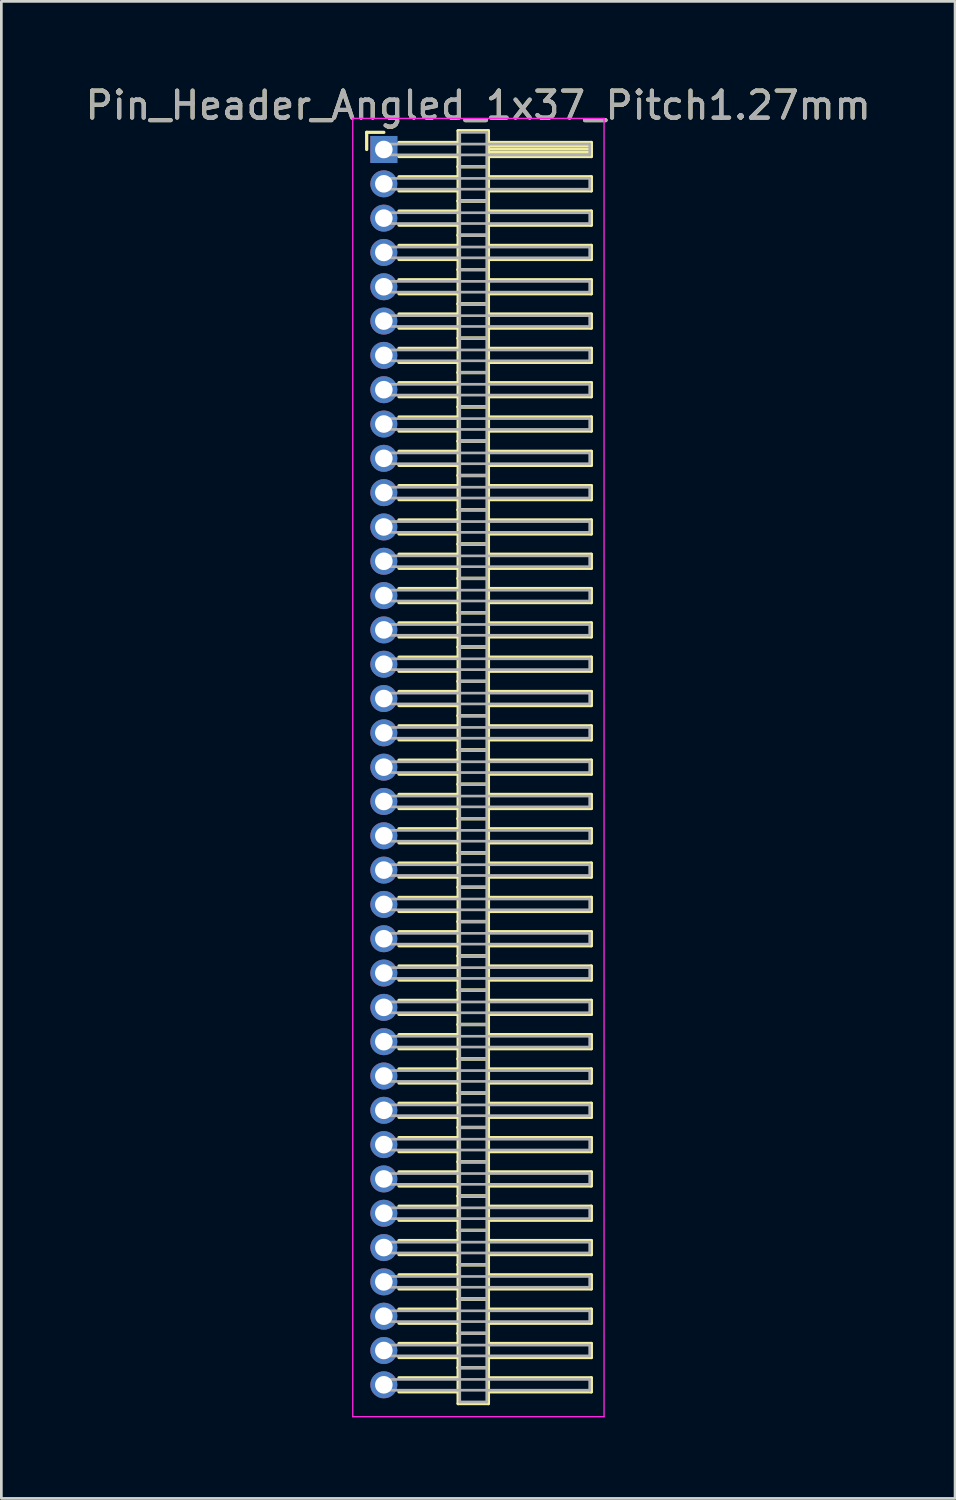
<source format=kicad_pcb>
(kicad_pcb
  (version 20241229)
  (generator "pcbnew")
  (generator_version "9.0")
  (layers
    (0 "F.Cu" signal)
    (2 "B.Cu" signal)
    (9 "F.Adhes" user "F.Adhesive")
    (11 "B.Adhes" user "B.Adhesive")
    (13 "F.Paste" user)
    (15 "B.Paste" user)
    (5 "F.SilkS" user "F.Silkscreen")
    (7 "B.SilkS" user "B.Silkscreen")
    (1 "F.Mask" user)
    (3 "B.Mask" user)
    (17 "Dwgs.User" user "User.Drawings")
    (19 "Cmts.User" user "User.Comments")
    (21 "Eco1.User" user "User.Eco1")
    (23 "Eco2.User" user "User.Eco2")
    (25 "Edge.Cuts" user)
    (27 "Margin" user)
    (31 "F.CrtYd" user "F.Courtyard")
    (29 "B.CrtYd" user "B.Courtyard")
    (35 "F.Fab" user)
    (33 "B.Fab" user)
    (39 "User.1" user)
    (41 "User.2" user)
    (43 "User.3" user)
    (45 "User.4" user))
  (footprint "Pin_Header_Angled_1x37_Pitch1.27mm"
    (layer "F.Cu")
    (at 11.156 2.483)
    (property "Reference" "Pin_Header_Angled_1x37_Pitch1.27mm" (at 3.493 -1.635 0) (layer "F.SilkS") (effects (font (size 1 1) (thickness 0.15))))
    (attr through_hole)
    (fp_line (start -0.635 -0.635) (end 0 -0.635) (stroke (width 0.12) (type solid)) (layer "F.SilkS"))
    (fp_line (start -0.635 0) (end -0.635 -0.635) (stroke (width 0.12) (type solid)) (layer "F.SilkS"))
    (fp_line (start 0.56 -0.26) (end 2.75 -0.26) (stroke (width 0.12) (type solid)) (layer "F.SilkS"))
    (fp_line (start 0.56 0.26) (end 2.75 0.26) (stroke (width 0.12) (type solid)) (layer "F.SilkS"))
    (fp_line (start 0.56 1.01) (end 2.75 1.01) (stroke (width 0.12) (type solid)) (layer "F.SilkS"))
    (fp_line (start 0.56 1.53) (end 2.75 1.53) (stroke (width 0.12) (type solid)) (layer "F.SilkS"))
    (fp_line (start 0.56 2.28) (end 2.75 2.28) (stroke (width 0.12) (type solid)) (layer "F.SilkS"))
    (fp_line (start 0.56 2.8) (end 2.75 2.8) (stroke (width 0.12) (type solid)) (layer "F.SilkS"))
    (fp_line (start 0.56 3.55) (end 2.75 3.55) (stroke (width 0.12) (type solid)) (layer "F.SilkS"))
    (fp_line (start 0.56 4.07) (end 2.75 4.07) (stroke (width 0.12) (type solid)) (layer "F.SilkS"))
    (fp_line (start 0.56 4.82) (end 2.75 4.82) (stroke (width 0.12) (type solid)) (layer "F.SilkS"))
    (fp_line (start 0.56 5.34) (end 2.75 5.34) (stroke (width 0.12) (type solid)) (layer "F.SilkS"))
    (fp_line (start 0.56 6.09) (end 2.75 6.09) (stroke (width 0.12) (type solid)) (layer "F.SilkS"))
    (fp_line (start 0.56 6.61) (end 2.75 6.61) (stroke (width 0.12) (type solid)) (layer "F.SilkS"))
    (fp_line (start 0.56 7.36) (end 2.75 7.36) (stroke (width 0.12) (type solid)) (layer "F.SilkS"))
    (fp_line (start 0.56 7.88) (end 2.75 7.88) (stroke (width 0.12) (type solid)) (layer "F.SilkS"))
    (fp_line (start 0.56 8.63) (end 2.75 8.63) (stroke (width 0.12) (type solid)) (layer "F.SilkS"))
    (fp_line (start 0.56 9.15) (end 2.75 9.15) (stroke (width 0.12) (type solid)) (layer "F.SilkS"))
    (fp_line (start 0.56 9.9) (end 2.75 9.9) (stroke (width 0.12) (type solid)) (layer "F.SilkS"))
    (fp_line (start 0.56 10.42) (end 2.75 10.42) (stroke (width 0.12) (type solid)) (layer "F.SilkS"))
    (fp_line (start 0.56 11.17) (end 2.75 11.17) (stroke (width 0.12) (type solid)) (layer "F.SilkS"))
    (fp_line (start 0.56 11.69) (end 2.75 11.69) (stroke (width 0.12) (type solid)) (layer "F.SilkS"))
    (fp_line (start 0.56 12.44) (end 2.75 12.44) (stroke (width 0.12) (type solid)) (layer "F.SilkS"))
    (fp_line (start 0.56 12.96) (end 2.75 12.96) (stroke (width 0.12) (type solid)) (layer "F.SilkS"))
    (fp_line (start 0.56 13.71) (end 2.75 13.71) (stroke (width 0.12) (type solid)) (layer "F.SilkS"))
    (fp_line (start 0.56 14.23) (end 2.75 14.23) (stroke (width 0.12) (type solid)) (layer "F.SilkS"))
    (fp_line (start 0.56 14.98) (end 2.75 14.98) (stroke (width 0.12) (type solid)) (layer "F.SilkS"))
    (fp_line (start 0.56 15.5) (end 2.75 15.5) (stroke (width 0.12) (type solid)) (layer "F.SilkS"))
    (fp_line (start 0.56 16.25) (end 2.75 16.25) (stroke (width 0.12) (type solid)) (layer "F.SilkS"))
    (fp_line (start 0.56 16.77) (end 2.75 16.77) (stroke (width 0.12) (type solid)) (layer "F.SilkS"))
    (fp_line (start 0.56 17.52) (end 2.75 17.52) (stroke (width 0.12) (type solid)) (layer "F.SilkS"))
    (fp_line (start 0.56 18.04) (end 2.75 18.04) (stroke (width 0.12) (type solid)) (layer "F.SilkS"))
    (fp_line (start 0.56 18.79) (end 2.75 18.79) (stroke (width 0.12) (type solid)) (layer "F.SilkS"))
    (fp_line (start 0.56 19.31) (end 2.75 19.31) (stroke (width 0.12) (type solid)) (layer "F.SilkS"))
    (fp_line (start 0.56 20.06) (end 2.75 20.06) (stroke (width 0.12) (type solid)) (layer "F.SilkS"))
    (fp_line (start 0.56 20.58) (end 2.75 20.58) (stroke (width 0.12) (type solid)) (layer "F.SilkS"))
    (fp_line (start 0.56 21.33) (end 2.75 21.33) (stroke (width 0.12) (type solid)) (layer "F.SilkS"))
    (fp_line (start 0.56 21.85) (end 2.75 21.85) (stroke (width 0.12) (type solid)) (layer "F.SilkS"))
    (fp_line (start 0.56 22.6) (end 2.75 22.6) (stroke (width 0.12) (type solid)) (layer "F.SilkS"))
    (fp_line (start 0.56 23.12) (end 2.75 23.12) (stroke (width 0.12) (type solid)) (layer "F.SilkS"))
    (fp_line (start 0.56 23.87) (end 2.75 23.87) (stroke (width 0.12) (type solid)) (layer "F.SilkS"))
    (fp_line (start 0.56 24.39) (end 2.75 24.39) (stroke (width 0.12) (type solid)) (layer "F.SilkS"))
    (fp_line (start 0.56 25.14) (end 2.75 25.14) (stroke (width 0.12) (type solid)) (layer "F.SilkS"))
    (fp_line (start 0.56 25.66) (end 2.75 25.66) (stroke (width 0.12) (type solid)) (layer "F.SilkS"))
    (fp_line (start 0.56 26.41) (end 2.75 26.41) (stroke (width 0.12) (type solid)) (layer "F.SilkS"))
    (fp_line (start 0.56 26.93) (end 2.75 26.93) (stroke (width 0.12) (type solid)) (layer "F.SilkS"))
    (fp_line (start 0.56 27.68) (end 2.75 27.68) (stroke (width 0.12) (type solid)) (layer "F.SilkS"))
    (fp_line (start 0.56 28.2) (end 2.75 28.2) (stroke (width 0.12) (type solid)) (layer "F.SilkS"))
    (fp_line (start 0.56 28.95) (end 2.75 28.95) (stroke (width 0.12) (type solid)) (layer "F.SilkS"))
    (fp_line (start 0.56 29.47) (end 2.75 29.47) (stroke (width 0.12) (type solid)) (layer "F.SilkS"))
    (fp_line (start 0.56 30.22) (end 2.75 30.22) (stroke (width 0.12) (type solid)) (layer "F.SilkS"))
    (fp_line (start 0.56 30.74) (end 2.75 30.74) (stroke (width 0.12) (type solid)) (layer "F.SilkS"))
    (fp_line (start 0.56 31.49) (end 2.75 31.49) (stroke (width 0.12) (type solid)) (layer "F.SilkS"))
    (fp_line (start 0.56 32.01) (end 2.75 32.01) (stroke (width 0.12) (type solid)) (layer "F.SilkS"))
    (fp_line (start 0.56 32.76) (end 2.75 32.76) (stroke (width 0.12) (type solid)) (layer "F.SilkS"))
    (fp_line (start 0.56 33.28) (end 2.75 33.28) (stroke (width 0.12) (type solid)) (layer "F.SilkS"))
    (fp_line (start 0.56 34.03) (end 2.75 34.03) (stroke (width 0.12) (type solid)) (layer "F.SilkS"))
    (fp_line (start 0.56 34.55) (end 2.75 34.55) (stroke (width 0.12) (type solid)) (layer "F.SilkS"))
    (fp_line (start 0.56 35.3) (end 2.75 35.3) (stroke (width 0.12) (type solid)) (layer "F.SilkS"))
    (fp_line (start 0.56 35.82) (end 2.75 35.82) (stroke (width 0.12) (type solid)) (layer "F.SilkS"))
    (fp_line (start 0.56 36.57) (end 2.75 36.57) (stroke (width 0.12) (type solid)) (layer "F.SilkS"))
    (fp_line (start 0.56 37.09) (end 2.75 37.09) (stroke (width 0.12) (type solid)) (layer "F.SilkS"))
    (fp_line (start 0.56 37.84) (end 2.75 37.84) (stroke (width 0.12) (type solid)) (layer "F.SilkS"))
    (fp_line (start 0.56 38.36) (end 2.75 38.36) (stroke (width 0.12) (type solid)) (layer "F.SilkS"))
    (fp_line (start 0.56 39.11) (end 2.75 39.11) (stroke (width 0.12) (type solid)) (layer "F.SilkS"))
    (fp_line (start 0.56 39.63) (end 2.75 39.63) (stroke (width 0.12) (type solid)) (layer "F.SilkS"))
    (fp_line (start 0.56 40.38) (end 2.75 40.38) (stroke (width 0.12) (type solid)) (layer "F.SilkS"))
    (fp_line (start 0.56 40.9) (end 2.75 40.9) (stroke (width 0.12) (type solid)) (layer "F.SilkS"))
    (fp_line (start 0.56 41.65) (end 2.75 41.65) (stroke (width 0.12) (type solid)) (layer "F.SilkS"))
    (fp_line (start 0.56 42.17) (end 2.75 42.17) (stroke (width 0.12) (type solid)) (layer "F.SilkS"))
    (fp_line (start 0.56 42.92) (end 2.75 42.92) (stroke (width 0.12) (type solid)) (layer "F.SilkS"))
    (fp_line (start 0.56 43.44) (end 2.75 43.44) (stroke (width 0.12) (type solid)) (layer "F.SilkS"))
    (fp_line (start 0.56 44.19) (end 2.75 44.19) (stroke (width 0.12) (type solid)) (layer "F.SilkS"))
    (fp_line (start 0.56 44.71) (end 2.75 44.71) (stroke (width 0.12) (type solid)) (layer "F.SilkS"))
    (fp_line (start 0.56 45.46) (end 2.75 45.46) (stroke (width 0.12) (type solid)) (layer "F.SilkS"))
    (fp_line (start 0.56 45.98) (end 2.75 45.98) (stroke (width 0.12) (type solid)) (layer "F.SilkS"))
    (fp_line (start 2.75 -0.695) (end 2.75 0.635) (stroke (width 0.12) (type solid)) (layer "F.SilkS"))
    (fp_line (start 2.75 0.635) (end 2.75 1.905) (stroke (width 0.12) (type solid)) (layer "F.SilkS"))
    (fp_line (start 2.75 0.635) (end 3.87 0.635) (stroke (width 0.12) (type solid)) (layer "F.SilkS"))
    (fp_line (start 2.75 1.905) (end 2.75 3.175) (stroke (width 0.12) (type solid)) (layer "F.SilkS"))
    (fp_line (start 2.75 1.905) (end 3.87 1.905) (stroke (width 0.12) (type solid)) (layer "F.SilkS"))
    (fp_line (start 2.75 3.175) (end 2.75 4.445) (stroke (width 0.12) (type solid)) (layer "F.SilkS"))
    (fp_line (start 2.75 3.175) (end 3.87 3.175) (stroke (width 0.12) (type solid)) (layer "F.SilkS"))
    (fp_line (start 2.75 4.445) (end 2.75 5.715) (stroke (width 0.12) (type solid)) (layer "F.SilkS"))
    (fp_line (start 2.75 4.445) (end 3.87 4.445) (stroke (width 0.12) (type solid)) (layer "F.SilkS"))
    (fp_line (start 2.75 5.715) (end 2.75 6.985) (stroke (width 0.12) (type solid)) (layer "F.SilkS"))
    (fp_line (start 2.75 5.715) (end 3.87 5.715) (stroke (width 0.12) (type solid)) (layer "F.SilkS"))
    (fp_line (start 2.75 6.985) (end 2.75 8.255) (stroke (width 0.12) (type solid)) (layer "F.SilkS"))
    (fp_line (start 2.75 6.985) (end 3.87 6.985) (stroke (width 0.12) (type solid)) (layer "F.SilkS"))
    (fp_line (start 2.75 8.255) (end 2.75 9.525) (stroke (width 0.12) (type solid)) (layer "F.SilkS"))
    (fp_line (start 2.75 8.255) (end 3.87 8.255) (stroke (width 0.12) (type solid)) (layer "F.SilkS"))
    (fp_line (start 2.75 9.525) (end 2.75 10.795) (stroke (width 0.12) (type solid)) (layer "F.SilkS"))
    (fp_line (start 2.75 9.525) (end 3.87 9.525) (stroke (width 0.12) (type solid)) (layer "F.SilkS"))
    (fp_line (start 2.75 10.795) (end 2.75 12.065) (stroke (width 0.12) (type solid)) (layer "F.SilkS"))
    (fp_line (start 2.75 10.795) (end 3.87 10.795) (stroke (width 0.12) (type solid)) (layer "F.SilkS"))
    (fp_line (start 2.75 12.065) (end 2.75 13.335) (stroke (width 0.12) (type solid)) (layer "F.SilkS"))
    (fp_line (start 2.75 12.065) (end 3.87 12.065) (stroke (width 0.12) (type solid)) (layer "F.SilkS"))
    (fp_line (start 2.75 13.335) (end 2.75 14.605) (stroke (width 0.12) (type solid)) (layer "F.SilkS"))
    (fp_line (start 2.75 13.335) (end 3.87 13.335) (stroke (width 0.12) (type solid)) (layer "F.SilkS"))
    (fp_line (start 2.75 14.605) (end 2.75 15.875) (stroke (width 0.12) (type solid)) (layer "F.SilkS"))
    (fp_line (start 2.75 14.605) (end 3.87 14.605) (stroke (width 0.12) (type solid)) (layer "F.SilkS"))
    (fp_line (start 2.75 15.875) (end 2.75 17.145) (stroke (width 0.12) (type solid)) (layer "F.SilkS"))
    (fp_line (start 2.75 15.875) (end 3.87 15.875) (stroke (width 0.12) (type solid)) (layer "F.SilkS"))
    (fp_line (start 2.75 17.145) (end 2.75 18.415) (stroke (width 0.12) (type solid)) (layer "F.SilkS"))
    (fp_line (start 2.75 17.145) (end 3.87 17.145) (stroke (width 0.12) (type solid)) (layer "F.SilkS"))
    (fp_line (start 2.75 18.415) (end 2.75 19.685) (stroke (width 0.12) (type solid)) (layer "F.SilkS"))
    (fp_line (start 2.75 18.415) (end 3.87 18.415) (stroke (width 0.12) (type solid)) (layer "F.SilkS"))
    (fp_line (start 2.75 19.685) (end 2.75 20.955) (stroke (width 0.12) (type solid)) (layer "F.SilkS"))
    (fp_line (start 2.75 19.685) (end 3.87 19.685) (stroke (width 0.12) (type solid)) (layer "F.SilkS"))
    (fp_line (start 2.75 20.955) (end 2.75 22.225) (stroke (width 0.12) (type solid)) (layer "F.SilkS"))
    (fp_line (start 2.75 20.955) (end 3.87 20.955) (stroke (width 0.12) (type solid)) (layer "F.SilkS"))
    (fp_line (start 2.75 22.225) (end 2.75 23.495) (stroke (width 0.12) (type solid)) (layer "F.SilkS"))
    (fp_line (start 2.75 22.225) (end 3.87 22.225) (stroke (width 0.12) (type solid)) (layer "F.SilkS"))
    (fp_line (start 2.75 23.495) (end 2.75 24.765) (stroke (width 0.12) (type solid)) (layer "F.SilkS"))
    (fp_line (start 2.75 23.495) (end 3.87 23.495) (stroke (width 0.12) (type solid)) (layer "F.SilkS"))
    (fp_line (start 2.75 24.765) (end 2.75 26.035) (stroke (width 0.12) (type solid)) (layer "F.SilkS"))
    (fp_line (start 2.75 24.765) (end 3.87 24.765) (stroke (width 0.12) (type solid)) (layer "F.SilkS"))
    (fp_line (start 2.75 26.035) (end 2.75 27.305) (stroke (width 0.12) (type solid)) (layer "F.SilkS"))
    (fp_line (start 2.75 26.035) (end 3.87 26.035) (stroke (width 0.12) (type solid)) (layer "F.SilkS"))
    (fp_line (start 2.75 27.305) (end 2.75 28.575) (stroke (width 0.12) (type solid)) (layer "F.SilkS"))
    (fp_line (start 2.75 27.305) (end 3.87 27.305) (stroke (width 0.12) (type solid)) (layer "F.SilkS"))
    (fp_line (start 2.75 28.575) (end 2.75 29.845) (stroke (width 0.12) (type solid)) (layer "F.SilkS"))
    (fp_line (start 2.75 28.575) (end 3.87 28.575) (stroke (width 0.12) (type solid)) (layer "F.SilkS"))
    (fp_line (start 2.75 29.845) (end 2.75 31.115) (stroke (width 0.12) (type solid)) (layer "F.SilkS"))
    (fp_line (start 2.75 29.845) (end 3.87 29.845) (stroke (width 0.12) (type solid)) (layer "F.SilkS"))
    (fp_line (start 2.75 31.115) (end 2.75 32.385) (stroke (width 0.12) (type solid)) (layer "F.SilkS"))
    (fp_line (start 2.75 31.115) (end 3.87 31.115) (stroke (width 0.12) (type solid)) (layer "F.SilkS"))
    (fp_line (start 2.75 32.385) (end 2.75 33.655) (stroke (width 0.12) (type solid)) (layer "F.SilkS"))
    (fp_line (start 2.75 32.385) (end 3.87 32.385) (stroke (width 0.12) (type solid)) (layer "F.SilkS"))
    (fp_line (start 2.75 33.655) (end 2.75 34.925) (stroke (width 0.12) (type solid)) (layer "F.SilkS"))
    (fp_line (start 2.75 33.655) (end 3.87 33.655) (stroke (width 0.12) (type solid)) (layer "F.SilkS"))
    (fp_line (start 2.75 34.925) (end 2.75 36.195) (stroke (width 0.12) (type solid)) (layer "F.SilkS"))
    (fp_line (start 2.75 34.925) (end 3.87 34.925) (stroke (width 0.12) (type solid)) (layer "F.SilkS"))
    (fp_line (start 2.75 36.195) (end 2.75 37.465) (stroke (width 0.12) (type solid)) (layer "F.SilkS"))
    (fp_line (start 2.75 36.195) (end 3.87 36.195) (stroke (width 0.12) (type solid)) (layer "F.SilkS"))
    (fp_line (start 2.75 37.465) (end 2.75 38.735) (stroke (width 0.12) (type solid)) (layer "F.SilkS"))
    (fp_line (start 2.75 37.465) (end 3.87 37.465) (stroke (width 0.12) (type solid)) (layer "F.SilkS"))
    (fp_line (start 2.75 38.735) (end 2.75 40.005) (stroke (width 0.12) (type solid)) (layer "F.SilkS"))
    (fp_line (start 2.75 38.735) (end 3.87 38.735) (stroke (width 0.12) (type solid)) (layer "F.SilkS"))
    (fp_line (start 2.75 40.005) (end 2.75 41.275) (stroke (width 0.12) (type solid)) (layer "F.SilkS"))
    (fp_line (start 2.75 40.005) (end 3.87 40.005) (stroke (width 0.12) (type solid)) (layer "F.SilkS"))
    (fp_line (start 2.75 41.275) (end 2.75 42.545) (stroke (width 0.12) (type solid)) (layer "F.SilkS"))
    (fp_line (start 2.75 41.275) (end 3.87 41.275) (stroke (width 0.12) (type solid)) (layer "F.SilkS"))
    (fp_line (start 2.75 42.545) (end 2.75 43.815) (stroke (width 0.12) (type solid)) (layer "F.SilkS"))
    (fp_line (start 2.75 42.545) (end 3.87 42.545) (stroke (width 0.12) (type solid)) (layer "F.SilkS"))
    (fp_line (start 2.75 43.815) (end 2.75 45.085) (stroke (width 0.12) (type solid)) (layer "F.SilkS"))
    (fp_line (start 2.75 43.815) (end 3.87 43.815) (stroke (width 0.12) (type solid)) (layer "F.SilkS"))
    (fp_line (start 2.75 45.085) (end 2.75 46.415) (stroke (width 0.12) (type solid)) (layer "F.SilkS"))
    (fp_line (start 2.75 45.085) (end 3.87 45.085) (stroke (width 0.12) (type solid)) (layer "F.SilkS"))
    (fp_line (start 2.75 46.415) (end 3.87 46.415) (stroke (width 0.12) (type solid)) (layer "F.SilkS"))
    (fp_line (start 3.87 -0.695) (end 2.75 -0.695) (stroke (width 0.12) (type solid)) (layer "F.SilkS"))
    (fp_line (start 3.87 -0.26) (end 3.87 0.26) (stroke (width 0.12) (type solid)) (layer "F.SilkS"))
    (fp_line (start 3.87 -0.14) (end 7.68 -0.14) (stroke (width 0.12) (type solid)) (layer "F.SilkS"))
    (fp_line (start 3.87 -0.02) (end 7.68 -0.02) (stroke (width 0.12) (type solid)) (layer "F.SilkS"))
    (fp_line (start 3.87 0.1) (end 7.68 0.1) (stroke (width 0.12) (type solid)) (layer "F.SilkS"))
    (fp_line (start 3.87 0.22) (end 7.68 0.22) (stroke (width 0.12) (type solid)) (layer "F.SilkS"))
    (fp_line (start 3.87 0.26) (end 7.68 0.26) (stroke (width 0.12) (type solid)) (layer "F.SilkS"))
    (fp_line (start 3.87 0.635) (end 2.75 0.635) (stroke (width 0.12) (type solid)) (layer "F.SilkS"))
    (fp_line (start 3.87 0.635) (end 3.87 -0.695) (stroke (width 0.12) (type solid)) (layer "F.SilkS"))
    (fp_line (start 3.87 1.01) (end 3.87 1.53) (stroke (width 0.12) (type solid)) (layer "F.SilkS"))
    (fp_line (start 3.87 1.53) (end 7.68 1.53) (stroke (width 0.12) (type solid)) (layer "F.SilkS"))
    (fp_line (start 3.87 1.905) (end 2.75 1.905) (stroke (width 0.12) (type solid)) (layer "F.SilkS"))
    (fp_line (start 3.87 1.905) (end 3.87 0.635) (stroke (width 0.12) (type solid)) (layer "F.SilkS"))
    (fp_line (start 3.87 2.28) (end 3.87 2.8) (stroke (width 0.12) (type solid)) (layer "F.SilkS"))
    (fp_line (start 3.87 2.8) (end 7.68 2.8) (stroke (width 0.12) (type solid)) (layer "F.SilkS"))
    (fp_line (start 3.87 3.175) (end 2.75 3.175) (stroke (width 0.12) (type solid)) (layer "F.SilkS"))
    (fp_line (start 3.87 3.175) (end 3.87 1.905) (stroke (width 0.12) (type solid)) (layer "F.SilkS"))
    (fp_line (start 3.87 3.55) (end 3.87 4.07) (stroke (width 0.12) (type solid)) (layer "F.SilkS"))
    (fp_line (start 3.87 4.07) (end 7.68 4.07) (stroke (width 0.12) (type solid)) (layer "F.SilkS"))
    (fp_line (start 3.87 4.445) (end 2.75 4.445) (stroke (width 0.12) (type solid)) (layer "F.SilkS"))
    (fp_line (start 3.87 4.445) (end 3.87 3.175) (stroke (width 0.12) (type solid)) (layer "F.SilkS"))
    (fp_line (start 3.87 4.82) (end 3.87 5.34) (stroke (width 0.12) (type solid)) (layer "F.SilkS"))
    (fp_line (start 3.87 5.34) (end 7.68 5.34) (stroke (width 0.12) (type solid)) (layer "F.SilkS"))
    (fp_line (start 3.87 5.715) (end 2.75 5.715) (stroke (width 0.12) (type solid)) (layer "F.SilkS"))
    (fp_line (start 3.87 5.715) (end 3.87 4.445) (stroke (width 0.12) (type solid)) (layer "F.SilkS"))
    (fp_line (start 3.87 6.09) (end 3.87 6.61) (stroke (width 0.12) (type solid)) (layer "F.SilkS"))
    (fp_line (start 3.87 6.61) (end 7.68 6.61) (stroke (width 0.12) (type solid)) (layer "F.SilkS"))
    (fp_line (start 3.87 6.985) (end 2.75 6.985) (stroke (width 0.12) (type solid)) (layer "F.SilkS"))
    (fp_line (start 3.87 6.985) (end 3.87 5.715) (stroke (width 0.12) (type solid)) (layer "F.SilkS"))
    (fp_line (start 3.87 7.36) (end 3.87 7.88) (stroke (width 0.12) (type solid)) (layer "F.SilkS"))
    (fp_line (start 3.87 7.88) (end 7.68 7.88) (stroke (width 0.12) (type solid)) (layer "F.SilkS"))
    (fp_line (start 3.87 8.255) (end 2.75 8.255) (stroke (width 0.12) (type solid)) (layer "F.SilkS"))
    (fp_line (start 3.87 8.255) (end 3.87 6.985) (stroke (width 0.12) (type solid)) (layer "F.SilkS"))
    (fp_line (start 3.87 8.63) (end 3.87 9.15) (stroke (width 0.12) (type solid)) (layer "F.SilkS"))
    (fp_line (start 3.87 9.15) (end 7.68 9.15) (stroke (width 0.12) (type solid)) (layer "F.SilkS"))
    (fp_line (start 3.87 9.525) (end 2.75 9.525) (stroke (width 0.12) (type solid)) (layer "F.SilkS"))
    (fp_line (start 3.87 9.525) (end 3.87 8.255) (stroke (width 0.12) (type solid)) (layer "F.SilkS"))
    (fp_line (start 3.87 9.9) (end 3.87 10.42) (stroke (width 0.12) (type solid)) (layer "F.SilkS"))
    (fp_line (start 3.87 10.42) (end 7.68 10.42) (stroke (width 0.12) (type solid)) (layer "F.SilkS"))
    (fp_line (start 3.87 10.795) (end 2.75 10.795) (stroke (width 0.12) (type solid)) (layer "F.SilkS"))
    (fp_line (start 3.87 10.795) (end 3.87 9.525) (stroke (width 0.12) (type solid)) (layer "F.SilkS"))
    (fp_line (start 3.87 11.17) (end 3.87 11.69) (stroke (width 0.12) (type solid)) (layer "F.SilkS"))
    (fp_line (start 3.87 11.69) (end 7.68 11.69) (stroke (width 0.12) (type solid)) (layer "F.SilkS"))
    (fp_line (start 3.87 12.065) (end 2.75 12.065) (stroke (width 0.12) (type solid)) (layer "F.SilkS"))
    (fp_line (start 3.87 12.065) (end 3.87 10.795) (stroke (width 0.12) (type solid)) (layer "F.SilkS"))
    (fp_line (start 3.87 12.44) (end 3.87 12.96) (stroke (width 0.12) (type solid)) (layer "F.SilkS"))
    (fp_line (start 3.87 12.96) (end 7.68 12.96) (stroke (width 0.12) (type solid)) (layer "F.SilkS"))
    (fp_line (start 3.87 13.335) (end 2.75 13.335) (stroke (width 0.12) (type solid)) (layer "F.SilkS"))
    (fp_line (start 3.87 13.335) (end 3.87 12.065) (stroke (width 0.12) (type solid)) (layer "F.SilkS"))
    (fp_line (start 3.87 13.71) (end 3.87 14.23) (stroke (width 0.12) (type solid)) (layer "F.SilkS"))
    (fp_line (start 3.87 14.23) (end 7.68 14.23) (stroke (width 0.12) (type solid)) (layer "F.SilkS"))
    (fp_line (start 3.87 14.605) (end 2.75 14.605) (stroke (width 0.12) (type solid)) (layer "F.SilkS"))
    (fp_line (start 3.87 14.605) (end 3.87 13.335) (stroke (width 0.12) (type solid)) (layer "F.SilkS"))
    (fp_line (start 3.87 14.98) (end 3.87 15.5) (stroke (width 0.12) (type solid)) (layer "F.SilkS"))
    (fp_line (start 3.87 15.5) (end 7.68 15.5) (stroke (width 0.12) (type solid)) (layer "F.SilkS"))
    (fp_line (start 3.87 15.875) (end 2.75 15.875) (stroke (width 0.12) (type solid)) (layer "F.SilkS"))
    (fp_line (start 3.87 15.875) (end 3.87 14.605) (stroke (width 0.12) (type solid)) (layer "F.SilkS"))
    (fp_line (start 3.87 16.25) (end 3.87 16.77) (stroke (width 0.12) (type solid)) (layer "F.SilkS"))
    (fp_line (start 3.87 16.77) (end 7.68 16.77) (stroke (width 0.12) (type solid)) (layer "F.SilkS"))
    (fp_line (start 3.87 17.145) (end 2.75 17.145) (stroke (width 0.12) (type solid)) (layer "F.SilkS"))
    (fp_line (start 3.87 17.145) (end 3.87 15.875) (stroke (width 0.12) (type solid)) (layer "F.SilkS"))
    (fp_line (start 3.87 17.52) (end 3.87 18.04) (stroke (width 0.12) (type solid)) (layer "F.SilkS"))
    (fp_line (start 3.87 18.04) (end 7.68 18.04) (stroke (width 0.12) (type solid)) (layer "F.SilkS"))
    (fp_line (start 3.87 18.415) (end 2.75 18.415) (stroke (width 0.12) (type solid)) (layer "F.SilkS"))
    (fp_line (start 3.87 18.415) (end 3.87 17.145) (stroke (width 0.12) (type solid)) (layer "F.SilkS"))
    (fp_line (start 3.87 18.79) (end 3.87 19.31) (stroke (width 0.12) (type solid)) (layer "F.SilkS"))
    (fp_line (start 3.87 19.31) (end 7.68 19.31) (stroke (width 0.12) (type solid)) (layer "F.SilkS"))
    (fp_line (start 3.87 19.685) (end 2.75 19.685) (stroke (width 0.12) (type solid)) (layer "F.SilkS"))
    (fp_line (start 3.87 19.685) (end 3.87 18.415) (stroke (width 0.12) (type solid)) (layer "F.SilkS"))
    (fp_line (start 3.87 20.06) (end 3.87 20.58) (stroke (width 0.12) (type solid)) (layer "F.SilkS"))
    (fp_line (start 3.87 20.58) (end 7.68 20.58) (stroke (width 0.12) (type solid)) (layer "F.SilkS"))
    (fp_line (start 3.87 20.955) (end 2.75 20.955) (stroke (width 0.12) (type solid)) (layer "F.SilkS"))
    (fp_line (start 3.87 20.955) (end 3.87 19.685) (stroke (width 0.12) (type solid)) (layer "F.SilkS"))
    (fp_line (start 3.87 21.33) (end 3.87 21.85) (stroke (width 0.12) (type solid)) (layer "F.SilkS"))
    (fp_line (start 3.87 21.85) (end 7.68 21.85) (stroke (width 0.12) (type solid)) (layer "F.SilkS"))
    (fp_line (start 3.87 22.225) (end 2.75 22.225) (stroke (width 0.12) (type solid)) (layer "F.SilkS"))
    (fp_line (start 3.87 22.225) (end 3.87 20.955) (stroke (width 0.12) (type solid)) (layer "F.SilkS"))
    (fp_line (start 3.87 22.6) (end 3.87 23.12) (stroke (width 0.12) (type solid)) (layer "F.SilkS"))
    (fp_line (start 3.87 23.12) (end 7.68 23.12) (stroke (width 0.12) (type solid)) (layer "F.SilkS"))
    (fp_line (start 3.87 23.495) (end 2.75 23.495) (stroke (width 0.12) (type solid)) (layer "F.SilkS"))
    (fp_line (start 3.87 23.495) (end 3.87 22.225) (stroke (width 0.12) (type solid)) (layer "F.SilkS"))
    (fp_line (start 3.87 23.87) (end 3.87 24.39) (stroke (width 0.12) (type solid)) (layer "F.SilkS"))
    (fp_line (start 3.87 24.39) (end 7.68 24.39) (stroke (width 0.12) (type solid)) (layer "F.SilkS"))
    (fp_line (start 3.87 24.765) (end 2.75 24.765) (stroke (width 0.12) (type solid)) (layer "F.SilkS"))
    (fp_line (start 3.87 24.765) (end 3.87 23.495) (stroke (width 0.12) (type solid)) (layer "F.SilkS"))
    (fp_line (start 3.87 25.14) (end 3.87 25.66) (stroke (width 0.12) (type solid)) (layer "F.SilkS"))
    (fp_line (start 3.87 25.66) (end 7.68 25.66) (stroke (width 0.12) (type solid)) (layer "F.SilkS"))
    (fp_line (start 3.87 26.035) (end 2.75 26.035) (stroke (width 0.12) (type solid)) (layer "F.SilkS"))
    (fp_line (start 3.87 26.035) (end 3.87 24.765) (stroke (width 0.12) (type solid)) (layer "F.SilkS"))
    (fp_line (start 3.87 26.41) (end 3.87 26.93) (stroke (width 0.12) (type solid)) (layer "F.SilkS"))
    (fp_line (start 3.87 26.93) (end 7.68 26.93) (stroke (width 0.12) (type solid)) (layer "F.SilkS"))
    (fp_line (start 3.87 27.305) (end 2.75 27.305) (stroke (width 0.12) (type solid)) (layer "F.SilkS"))
    (fp_line (start 3.87 27.305) (end 3.87 26.035) (stroke (width 0.12) (type solid)) (layer "F.SilkS"))
    (fp_line (start 3.87 27.68) (end 3.87 28.2) (stroke (width 0.12) (type solid)) (layer "F.SilkS"))
    (fp_line (start 3.87 28.2) (end 7.68 28.2) (stroke (width 0.12) (type solid)) (layer "F.SilkS"))
    (fp_line (start 3.87 28.575) (end 2.75 28.575) (stroke (width 0.12) (type solid)) (layer "F.SilkS"))
    (fp_line (start 3.87 28.575) (end 3.87 27.305) (stroke (width 0.12) (type solid)) (layer "F.SilkS"))
    (fp_line (start 3.87 28.95) (end 3.87 29.47) (stroke (width 0.12) (type solid)) (layer "F.SilkS"))
    (fp_line (start 3.87 29.47) (end 7.68 29.47) (stroke (width 0.12) (type solid)) (layer "F.SilkS"))
    (fp_line (start 3.87 29.845) (end 2.75 29.845) (stroke (width 0.12) (type solid)) (layer "F.SilkS"))
    (fp_line (start 3.87 29.845) (end 3.87 28.575) (stroke (width 0.12) (type solid)) (layer "F.SilkS"))
    (fp_line (start 3.87 30.22) (end 3.87 30.74) (stroke (width 0.12) (type solid)) (layer "F.SilkS"))
    (fp_line (start 3.87 30.74) (end 7.68 30.74) (stroke (width 0.12) (type solid)) (layer "F.SilkS"))
    (fp_line (start 3.87 31.115) (end 2.75 31.115) (stroke (width 0.12) (type solid)) (layer "F.SilkS"))
    (fp_line (start 3.87 31.115) (end 3.87 29.845) (stroke (width 0.12) (type solid)) (layer "F.SilkS"))
    (fp_line (start 3.87 31.49) (end 3.87 32.01) (stroke (width 0.12) (type solid)) (layer "F.SilkS"))
    (fp_line (start 3.87 32.01) (end 7.68 32.01) (stroke (width 0.12) (type solid)) (layer "F.SilkS"))
    (fp_line (start 3.87 32.385) (end 2.75 32.385) (stroke (width 0.12) (type solid)) (layer "F.SilkS"))
    (fp_line (start 3.87 32.385) (end 3.87 31.115) (stroke (width 0.12) (type solid)) (layer "F.SilkS"))
    (fp_line (start 3.87 32.76) (end 3.87 33.28) (stroke (width 0.12) (type solid)) (layer "F.SilkS"))
    (fp_line (start 3.87 33.28) (end 7.68 33.28) (stroke (width 0.12) (type solid)) (layer "F.SilkS"))
    (fp_line (start 3.87 33.655) (end 2.75 33.655) (stroke (width 0.12) (type solid)) (layer "F.SilkS"))
    (fp_line (start 3.87 33.655) (end 3.87 32.385) (stroke (width 0.12) (type solid)) (layer "F.SilkS"))
    (fp_line (start 3.87 34.03) (end 3.87 34.55) (stroke (width 0.12) (type solid)) (layer "F.SilkS"))
    (fp_line (start 3.87 34.55) (end 7.68 34.55) (stroke (width 0.12) (type solid)) (layer "F.SilkS"))
    (fp_line (start 3.87 34.925) (end 2.75 34.925) (stroke (width 0.12) (type solid)) (layer "F.SilkS"))
    (fp_line (start 3.87 34.925) (end 3.87 33.655) (stroke (width 0.12) (type solid)) (layer "F.SilkS"))
    (fp_line (start 3.87 35.3) (end 3.87 35.82) (stroke (width 0.12) (type solid)) (layer "F.SilkS"))
    (fp_line (start 3.87 35.82) (end 7.68 35.82) (stroke (width 0.12) (type solid)) (layer "F.SilkS"))
    (fp_line (start 3.87 36.195) (end 2.75 36.195) (stroke (width 0.12) (type solid)) (layer "F.SilkS"))
    (fp_line (start 3.87 36.195) (end 3.87 34.925) (stroke (width 0.12) (type solid)) (layer "F.SilkS"))
    (fp_line (start 3.87 36.57) (end 3.87 37.09) (stroke (width 0.12) (type solid)) (layer "F.SilkS"))
    (fp_line (start 3.87 37.09) (end 7.68 37.09) (stroke (width 0.12) (type solid)) (layer "F.SilkS"))
    (fp_line (start 3.87 37.465) (end 2.75 37.465) (stroke (width 0.12) (type solid)) (layer "F.SilkS"))
    (fp_line (start 3.87 37.465) (end 3.87 36.195) (stroke (width 0.12) (type solid)) (layer "F.SilkS"))
    (fp_line (start 3.87 37.84) (end 3.87 38.36) (stroke (width 0.12) (type solid)) (layer "F.SilkS"))
    (fp_line (start 3.87 38.36) (end 7.68 38.36) (stroke (width 0.12) (type solid)) (layer "F.SilkS"))
    (fp_line (start 3.87 38.735) (end 2.75 38.735) (stroke (width 0.12) (type solid)) (layer "F.SilkS"))
    (fp_line (start 3.87 38.735) (end 3.87 37.465) (stroke (width 0.12) (type solid)) (layer "F.SilkS"))
    (fp_line (start 3.87 39.11) (end 3.87 39.63) (stroke (width 0.12) (type solid)) (layer "F.SilkS"))
    (fp_line (start 3.87 39.63) (end 7.68 39.63) (stroke (width 0.12) (type solid)) (layer "F.SilkS"))
    (fp_line (start 3.87 40.005) (end 2.75 40.005) (stroke (width 0.12) (type solid)) (layer "F.SilkS"))
    (fp_line (start 3.87 40.005) (end 3.87 38.735) (stroke (width 0.12) (type solid)) (layer "F.SilkS"))
    (fp_line (start 3.87 40.38) (end 3.87 40.9) (stroke (width 0.12) (type solid)) (layer "F.SilkS"))
    (fp_line (start 3.87 40.9) (end 7.68 40.9) (stroke (width 0.12) (type solid)) (layer "F.SilkS"))
    (fp_line (start 3.87 41.275) (end 2.75 41.275) (stroke (width 0.12) (type solid)) (layer "F.SilkS"))
    (fp_line (start 3.87 41.275) (end 3.87 40.005) (stroke (width 0.12) (type solid)) (layer "F.SilkS"))
    (fp_line (start 3.87 41.65) (end 3.87 42.17) (stroke (width 0.12) (type solid)) (layer "F.SilkS"))
    (fp_line (start 3.87 42.17) (end 7.68 42.17) (stroke (width 0.12) (type solid)) (layer "F.SilkS"))
    (fp_line (start 3.87 42.545) (end 2.75 42.545) (stroke (width 0.12) (type solid)) (layer "F.SilkS"))
    (fp_line (start 3.87 42.545) (end 3.87 41.275) (stroke (width 0.12) (type solid)) (layer "F.SilkS"))
    (fp_line (start 3.87 42.92) (end 3.87 43.44) (stroke (width 0.12) (type solid)) (layer "F.SilkS"))
    (fp_line (start 3.87 43.44) (end 7.68 43.44) (stroke (width 0.12) (type solid)) (layer "F.SilkS"))
    (fp_line (start 3.87 43.815) (end 2.75 43.815) (stroke (width 0.12) (type solid)) (layer "F.SilkS"))
    (fp_line (start 3.87 43.815) (end 3.87 42.545) (stroke (width 0.12) (type solid)) (layer "F.SilkS"))
    (fp_line (start 3.87 44.19) (end 3.87 44.71) (stroke (width 0.12) (type solid)) (layer "F.SilkS"))
    (fp_line (start 3.87 44.71) (end 7.68 44.71) (stroke (width 0.12) (type solid)) (layer "F.SilkS"))
    (fp_line (start 3.87 45.085) (end 2.75 45.085) (stroke (width 0.12) (type solid)) (layer "F.SilkS"))
    (fp_line (start 3.87 45.085) (end 3.87 43.815) (stroke (width 0.12) (type solid)) (layer "F.SilkS"))
    (fp_line (start 3.87 45.46) (end 3.87 45.98) (stroke (width 0.12) (type solid)) (layer "F.SilkS"))
    (fp_line (start 3.87 45.98) (end 7.68 45.98) (stroke (width 0.12) (type solid)) (layer "F.SilkS"))
    (fp_line (start 3.87 46.415) (end 3.87 45.085) (stroke (width 0.12) (type solid)) (layer "F.SilkS"))
    (fp_line (start 7.68 -0.26) (end 3.87 -0.26) (stroke (width 0.12) (type solid)) (layer "F.SilkS"))
    (fp_line (start 7.68 0.26) (end 7.68 -0.26) (stroke (width 0.12) (type solid)) (layer "F.SilkS"))
    (fp_line (start 7.68 1.01) (end 3.87 1.01) (stroke (width 0.12) (type solid)) (layer "F.SilkS"))
    (fp_line (start 7.68 1.53) (end 7.68 1.01) (stroke (width 0.12) (type solid)) (layer "F.SilkS"))
    (fp_line (start 7.68 2.28) (end 3.87 2.28) (stroke (width 0.12) (type solid)) (layer "F.SilkS"))
    (fp_line (start 7.68 2.8) (end 7.68 2.28) (stroke (width 0.12) (type solid)) (layer "F.SilkS"))
    (fp_line (start 7.68 3.55) (end 3.87 3.55) (stroke (width 0.12) (type solid)) (layer "F.SilkS"))
    (fp_line (start 7.68 4.07) (end 7.68 3.55) (stroke (width 0.12) (type solid)) (layer "F.SilkS"))
    (fp_line (start 7.68 4.82) (end 3.87 4.82) (stroke (width 0.12) (type solid)) (layer "F.SilkS"))
    (fp_line (start 7.68 5.34) (end 7.68 4.82) (stroke (width 0.12) (type solid)) (layer "F.SilkS"))
    (fp_line (start 7.68 6.09) (end 3.87 6.09) (stroke (width 0.12) (type solid)) (layer "F.SilkS"))
    (fp_line (start 7.68 6.61) (end 7.68 6.09) (stroke (width 0.12) (type solid)) (layer "F.SilkS"))
    (fp_line (start 7.68 7.36) (end 3.87 7.36) (stroke (width 0.12) (type solid)) (layer "F.SilkS"))
    (fp_line (start 7.68 7.88) (end 7.68 7.36) (stroke (width 0.12) (type solid)) (layer "F.SilkS"))
    (fp_line (start 7.68 8.63) (end 3.87 8.63) (stroke (width 0.12) (type solid)) (layer "F.SilkS"))
    (fp_line (start 7.68 9.15) (end 7.68 8.63) (stroke (width 0.12) (type solid)) (layer "F.SilkS"))
    (fp_line (start 7.68 9.9) (end 3.87 9.9) (stroke (width 0.12) (type solid)) (layer "F.SilkS"))
    (fp_line (start 7.68 10.42) (end 7.68 9.9) (stroke (width 0.12) (type solid)) (layer "F.SilkS"))
    (fp_line (start 7.68 11.17) (end 3.87 11.17) (stroke (width 0.12) (type solid)) (layer "F.SilkS"))
    (fp_line (start 7.68 11.69) (end 7.68 11.17) (stroke (width 0.12) (type solid)) (layer "F.SilkS"))
    (fp_line (start 7.68 12.44) (end 3.87 12.44) (stroke (width 0.12) (type solid)) (layer "F.SilkS"))
    (fp_line (start 7.68 12.96) (end 7.68 12.44) (stroke (width 0.12) (type solid)) (layer "F.SilkS"))
    (fp_line (start 7.68 13.71) (end 3.87 13.71) (stroke (width 0.12) (type solid)) (layer "F.SilkS"))
    (fp_line (start 7.68 14.23) (end 7.68 13.71) (stroke (width 0.12) (type solid)) (layer "F.SilkS"))
    (fp_line (start 7.68 14.98) (end 3.87 14.98) (stroke (width 0.12) (type solid)) (layer "F.SilkS"))
    (fp_line (start 7.68 15.5) (end 7.68 14.98) (stroke (width 0.12) (type solid)) (layer "F.SilkS"))
    (fp_line (start 7.68 16.25) (end 3.87 16.25) (stroke (width 0.12) (type solid)) (layer "F.SilkS"))
    (fp_line (start 7.68 16.77) (end 7.68 16.25) (stroke (width 0.12) (type solid)) (layer "F.SilkS"))
    (fp_line (start 7.68 17.52) (end 3.87 17.52) (stroke (width 0.12) (type solid)) (layer "F.SilkS"))
    (fp_line (start 7.68 18.04) (end 7.68 17.52) (stroke (width 0.12) (type solid)) (layer "F.SilkS"))
    (fp_line (start 7.68 18.79) (end 3.87 18.79) (stroke (width 0.12) (type solid)) (layer "F.SilkS"))
    (fp_line (start 7.68 19.31) (end 7.68 18.79) (stroke (width 0.12) (type solid)) (layer "F.SilkS"))
    (fp_line (start 7.68 20.06) (end 3.87 20.06) (stroke (width 0.12) (type solid)) (layer "F.SilkS"))
    (fp_line (start 7.68 20.58) (end 7.68 20.06) (stroke (width 0.12) (type solid)) (layer "F.SilkS"))
    (fp_line (start 7.68 21.33) (end 3.87 21.33) (stroke (width 0.12) (type solid)) (layer "F.SilkS"))
    (fp_line (start 7.68 21.85) (end 7.68 21.33) (stroke (width 0.12) (type solid)) (layer "F.SilkS"))
    (fp_line (start 7.68 22.6) (end 3.87 22.6) (stroke (width 0.12) (type solid)) (layer "F.SilkS"))
    (fp_line (start 7.68 23.12) (end 7.68 22.6) (stroke (width 0.12) (type solid)) (layer "F.SilkS"))
    (fp_line (start 7.68 23.87) (end 3.87 23.87) (stroke (width 0.12) (type solid)) (layer "F.SilkS"))
    (fp_line (start 7.68 24.39) (end 7.68 23.87) (stroke (width 0.12) (type solid)) (layer "F.SilkS"))
    (fp_line (start 7.68 25.14) (end 3.87 25.14) (stroke (width 0.12) (type solid)) (layer "F.SilkS"))
    (fp_line (start 7.68 25.66) (end 7.68 25.14) (stroke (width 0.12) (type solid)) (layer "F.SilkS"))
    (fp_line (start 7.68 26.41) (end 3.87 26.41) (stroke (width 0.12) (type solid)) (layer "F.SilkS"))
    (fp_line (start 7.68 26.93) (end 7.68 26.41) (stroke (width 0.12) (type solid)) (layer "F.SilkS"))
    (fp_line (start 7.68 27.68) (end 3.87 27.68) (stroke (width 0.12) (type solid)) (layer "F.SilkS"))
    (fp_line (start 7.68 28.2) (end 7.68 27.68) (stroke (width 0.12) (type solid)) (layer "F.SilkS"))
    (fp_line (start 7.68 28.95) (end 3.87 28.95) (stroke (width 0.12) (type solid)) (layer "F.SilkS"))
    (fp_line (start 7.68 29.47) (end 7.68 28.95) (stroke (width 0.12) (type solid)) (layer "F.SilkS"))
    (fp_line (start 7.68 30.22) (end 3.87 30.22) (stroke (width 0.12) (type solid)) (layer "F.SilkS"))
    (fp_line (start 7.68 30.74) (end 7.68 30.22) (stroke (width 0.12) (type solid)) (layer "F.SilkS"))
    (fp_line (start 7.68 31.49) (end 3.87 31.49) (stroke (width 0.12) (type solid)) (layer "F.SilkS"))
    (fp_line (start 7.68 32.01) (end 7.68 31.49) (stroke (width 0.12) (type solid)) (layer "F.SilkS"))
    (fp_line (start 7.68 32.76) (end 3.87 32.76) (stroke (width 0.12) (type solid)) (layer "F.SilkS"))
    (fp_line (start 7.68 33.28) (end 7.68 32.76) (stroke (width 0.12) (type solid)) (layer "F.SilkS"))
    (fp_line (start 7.68 34.03) (end 3.87 34.03) (stroke (width 0.12) (type solid)) (layer "F.SilkS"))
    (fp_line (start 7.68 34.55) (end 7.68 34.03) (stroke (width 0.12) (type solid)) (layer "F.SilkS"))
    (fp_line (start 7.68 35.3) (end 3.87 35.3) (stroke (width 0.12) (type solid)) (layer "F.SilkS"))
    (fp_line (start 7.68 35.82) (end 7.68 35.3) (stroke (width 0.12) (type solid)) (layer "F.SilkS"))
    (fp_line (start 7.68 36.57) (end 3.87 36.57) (stroke (width 0.12) (type solid)) (layer "F.SilkS"))
    (fp_line (start 7.68 37.09) (end 7.68 36.57) (stroke (width 0.12) (type solid)) (layer "F.SilkS"))
    (fp_line (start 7.68 37.84) (end 3.87 37.84) (stroke (width 0.12) (type solid)) (layer "F.SilkS"))
    (fp_line (start 7.68 38.36) (end 7.68 37.84) (stroke (width 0.12) (type solid)) (layer "F.SilkS"))
    (fp_line (start 7.68 39.11) (end 3.87 39.11) (stroke (width 0.12) (type solid)) (layer "F.SilkS"))
    (fp_line (start 7.68 39.63) (end 7.68 39.11) (stroke (width 0.12) (type solid)) (layer "F.SilkS"))
    (fp_line (start 7.68 40.38) (end 3.87 40.38) (stroke (width 0.12) (type solid)) (layer "F.SilkS"))
    (fp_line (start 7.68 40.9) (end 7.68 40.38) (stroke (width 0.12) (type solid)) (layer "F.SilkS"))
    (fp_line (start 7.68 41.65) (end 3.87 41.65) (stroke (width 0.12) (type solid)) (layer "F.SilkS"))
    (fp_line (start 7.68 42.17) (end 7.68 41.65) (stroke (width 0.12) (type solid)) (layer "F.SilkS"))
    (fp_line (start 7.68 42.92) (end 3.87 42.92) (stroke (width 0.12) (type solid)) (layer "F.SilkS"))
    (fp_line (start 7.68 43.44) (end 7.68 42.92) (stroke (width 0.12) (type solid)) (layer "F.SilkS"))
    (fp_line (start 7.68 44.19) (end 3.87 44.19) (stroke (width 0.12) (type solid)) (layer "F.SilkS"))
    (fp_line (start 7.68 44.71) (end 7.68 44.19) (stroke (width 0.12) (type solid)) (layer "F.SilkS"))
    (fp_line (start 7.68 45.46) (end 3.87 45.46) (stroke (width 0.12) (type solid)) (layer "F.SilkS"))
    (fp_line (start 7.68 45.98) (end 7.68 45.46) (stroke (width 0.12) (type solid)) (layer "F.SilkS"))
    (fp_line (start -1.15 -1.15) (end -1.15 46.9) (stroke (width 0.05) (type solid)) (layer "F.CrtYd"))
    (fp_line (start -1.15 46.9) (end 8.15 46.9) (stroke (width 0.05) (type solid)) (layer "F.CrtYd"))
    (fp_line (start 8.15 -1.15) (end -1.15 -1.15) (stroke (width 0.05) (type solid)) (layer "F.CrtYd"))
    (fp_line (start 8.15 46.9) (end 8.15 -1.15) (stroke (width 0.05) (type solid)) (layer "F.CrtYd"))
    (fp_line (start 0 -0.2) (end 0 0.2) (stroke (width 0.1) (type solid)) (layer "F.Fab"))
    (fp_line (start 0 0.2) (end 7.62 0.2) (stroke (width 0.1) (type solid)) (layer "F.Fab"))
    (fp_line (start 0 1.07) (end 0 1.47) (stroke (width 0.1) (type solid)) (layer "F.Fab"))
    (fp_line (start 0 1.47) (end 7.62 1.47) (stroke (width 0.1) (type solid)) (layer "F.Fab"))
    (fp_line (start 0 2.34) (end 0 2.74) (stroke (width 0.1) (type solid)) (layer "F.Fab"))
    (fp_line (start 0 2.74) (end 7.62 2.74) (stroke (width 0.1) (type solid)) (layer "F.Fab"))
    (fp_line (start 0 3.61) (end 0 4.01) (stroke (width 0.1) (type solid)) (layer "F.Fab"))
    (fp_line (start 0 4.01) (end 7.62 4.01) (stroke (width 0.1) (type solid)) (layer "F.Fab"))
    (fp_line (start 0 4.88) (end 0 5.28) (stroke (width 0.1) (type solid)) (layer "F.Fab"))
    (fp_line (start 0 5.28) (end 7.62 5.28) (stroke (width 0.1) (type solid)) (layer "F.Fab"))
    (fp_line (start 0 6.15) (end 0 6.55) (stroke (width 0.1) (type solid)) (layer "F.Fab"))
    (fp_line (start 0 6.55) (end 7.62 6.55) (stroke (width 0.1) (type solid)) (layer "F.Fab"))
    (fp_line (start 0 7.42) (end 0 7.82) (stroke (width 0.1) (type solid)) (layer "F.Fab"))
    (fp_line (start 0 7.82) (end 7.62 7.82) (stroke (width 0.1) (type solid)) (layer "F.Fab"))
    (fp_line (start 0 8.69) (end 0 9.09) (stroke (width 0.1) (type solid)) (layer "F.Fab"))
    (fp_line (start 0 9.09) (end 7.62 9.09) (stroke (width 0.1) (type solid)) (layer "F.Fab"))
    (fp_line (start 0 9.96) (end 0 10.36) (stroke (width 0.1) (type solid)) (layer "F.Fab"))
    (fp_line (start 0 10.36) (end 7.62 10.36) (stroke (width 0.1) (type solid)) (layer "F.Fab"))
    (fp_line (start 0 11.23) (end 0 11.63) (stroke (width 0.1) (type solid)) (layer "F.Fab"))
    (fp_line (start 0 11.63) (end 7.62 11.63) (stroke (width 0.1) (type solid)) (layer "F.Fab"))
    (fp_line (start 0 12.5) (end 0 12.9) (stroke (width 0.1) (type solid)) (layer "F.Fab"))
    (fp_line (start 0 12.9) (end 7.62 12.9) (stroke (width 0.1) (type solid)) (layer "F.Fab"))
    (fp_line (start 0 13.77) (end 0 14.17) (stroke (width 0.1) (type solid)) (layer "F.Fab"))
    (fp_line (start 0 14.17) (end 7.62 14.17) (stroke (width 0.1) (type solid)) (layer "F.Fab"))
    (fp_line (start 0 15.04) (end 0 15.44) (stroke (width 0.1) (type solid)) (layer "F.Fab"))
    (fp_line (start 0 15.44) (end 7.62 15.44) (stroke (width 0.1) (type solid)) (layer "F.Fab"))
    (fp_line (start 0 16.31) (end 0 16.71) (stroke (width 0.1) (type solid)) (layer "F.Fab"))
    (fp_line (start 0 16.71) (end 7.62 16.71) (stroke (width 0.1) (type solid)) (layer "F.Fab"))
    (fp_line (start 0 17.58) (end 0 17.98) (stroke (width 0.1) (type solid)) (layer "F.Fab"))
    (fp_line (start 0 17.98) (end 7.62 17.98) (stroke (width 0.1) (type solid)) (layer "F.Fab"))
    (fp_line (start 0 18.85) (end 0 19.25) (stroke (width 0.1) (type solid)) (layer "F.Fab"))
    (fp_line (start 0 19.25) (end 7.62 19.25) (stroke (width 0.1) (type solid)) (layer "F.Fab"))
    (fp_line (start 0 20.12) (end 0 20.52) (stroke (width 0.1) (type solid)) (layer "F.Fab"))
    (fp_line (start 0 20.52) (end 7.62 20.52) (stroke (width 0.1) (type solid)) (layer "F.Fab"))
    (fp_line (start 0 21.39) (end 0 21.79) (stroke (width 0.1) (type solid)) (layer "F.Fab"))
    (fp_line (start 0 21.79) (end 7.62 21.79) (stroke (width 0.1) (type solid)) (layer "F.Fab"))
    (fp_line (start 0 22.66) (end 0 23.06) (stroke (width 0.1) (type solid)) (layer "F.Fab"))
    (fp_line (start 0 23.06) (end 7.62 23.06) (stroke (width 0.1) (type solid)) (layer "F.Fab"))
    (fp_line (start 0 23.93) (end 0 24.33) (stroke (width 0.1) (type solid)) (layer "F.Fab"))
    (fp_line (start 0 24.33) (end 7.62 24.33) (stroke (width 0.1) (type solid)) (layer "F.Fab"))
    (fp_line (start 0 25.2) (end 0 25.6) (stroke (width 0.1) (type solid)) (layer "F.Fab"))
    (fp_line (start 0 25.6) (end 7.62 25.6) (stroke (width 0.1) (type solid)) (layer "F.Fab"))
    (fp_line (start 0 26.47) (end 0 26.87) (stroke (width 0.1) (type solid)) (layer "F.Fab"))
    (fp_line (start 0 26.87) (end 7.62 26.87) (stroke (width 0.1) (type solid)) (layer "F.Fab"))
    (fp_line (start 0 27.74) (end 0 28.14) (stroke (width 0.1) (type solid)) (layer "F.Fab"))
    (fp_line (start 0 28.14) (end 7.62 28.14) (stroke (width 0.1) (type solid)) (layer "F.Fab"))
    (fp_line (start 0 29.01) (end 0 29.41) (stroke (width 0.1) (type solid)) (layer "F.Fab"))
    (fp_line (start 0 29.41) (end 7.62 29.41) (stroke (width 0.1) (type solid)) (layer "F.Fab"))
    (fp_line (start 0 30.28) (end 0 30.68) (stroke (width 0.1) (type solid)) (layer "F.Fab"))
    (fp_line (start 0 30.68) (end 7.62 30.68) (stroke (width 0.1) (type solid)) (layer "F.Fab"))
    (fp_line (start 0 31.55) (end 0 31.95) (stroke (width 0.1) (type solid)) (layer "F.Fab"))
    (fp_line (start 0 31.95) (end 7.62 31.95) (stroke (width 0.1) (type solid)) (layer "F.Fab"))
    (fp_line (start 0 32.82) (end 0 33.22) (stroke (width 0.1) (type solid)) (layer "F.Fab"))
    (fp_line (start 0 33.22) (end 7.62 33.22) (stroke (width 0.1) (type solid)) (layer "F.Fab"))
    (fp_line (start 0 34.09) (end 0 34.49) (stroke (width 0.1) (type solid)) (layer "F.Fab"))
    (fp_line (start 0 34.49) (end 7.62 34.49) (stroke (width 0.1) (type solid)) (layer "F.Fab"))
    (fp_line (start 0 35.36) (end 0 35.76) (stroke (width 0.1) (type solid)) (layer "F.Fab"))
    (fp_line (start 0 35.76) (end 7.62 35.76) (stroke (width 0.1) (type solid)) (layer "F.Fab"))
    (fp_line (start 0 36.63) (end 0 37.03) (stroke (width 0.1) (type solid)) (layer "F.Fab"))
    (fp_line (start 0 37.03) (end 7.62 37.03) (stroke (width 0.1) (type solid)) (layer "F.Fab"))
    (fp_line (start 0 37.9) (end 0 38.3) (stroke (width 0.1) (type solid)) (layer "F.Fab"))
    (fp_line (start 0 38.3) (end 7.62 38.3) (stroke (width 0.1) (type solid)) (layer "F.Fab"))
    (fp_line (start 0 39.17) (end 0 39.57) (stroke (width 0.1) (type solid)) (layer "F.Fab"))
    (fp_line (start 0 39.57) (end 7.62 39.57) (stroke (width 0.1) (type solid)) (layer "F.Fab"))
    (fp_line (start 0 40.44) (end 0 40.84) (stroke (width 0.1) (type solid)) (layer "F.Fab"))
    (fp_line (start 0 40.84) (end 7.62 40.84) (stroke (width 0.1) (type solid)) (layer "F.Fab"))
    (fp_line (start 0 41.71) (end 0 42.11) (stroke (width 0.1) (type solid)) (layer "F.Fab"))
    (fp_line (start 0 42.11) (end 7.62 42.11) (stroke (width 0.1) (type solid)) (layer "F.Fab"))
    (fp_line (start 0 42.98) (end 0 43.38) (stroke (width 0.1) (type solid)) (layer "F.Fab"))
    (fp_line (start 0 43.38) (end 7.62 43.38) (stroke (width 0.1) (type solid)) (layer "F.Fab"))
    (fp_line (start 0 44.25) (end 0 44.65) (stroke (width 0.1) (type solid)) (layer "F.Fab"))
    (fp_line (start 0 44.65) (end 7.62 44.65) (stroke (width 0.1) (type solid)) (layer "F.Fab"))
    (fp_line (start 0 45.52) (end 0 45.92) (stroke (width 0.1) (type solid)) (layer "F.Fab"))
    (fp_line (start 0 45.92) (end 7.62 45.92) (stroke (width 0.1) (type solid)) (layer "F.Fab"))
    (fp_line (start 2.81 -0.635) (end 2.81 0.635) (stroke (width 0.1) (type solid)) (layer "F.Fab"))
    (fp_line (start 2.81 0.635) (end 2.81 1.905) (stroke (width 0.1) (type solid)) (layer "F.Fab"))
    (fp_line (start 2.81 0.635) (end 3.81 0.635) (stroke (width 0.1) (type solid)) (layer "F.Fab"))
    (fp_line (start 2.81 1.905) (end 2.81 3.175) (stroke (width 0.1) (type solid)) (layer "F.Fab"))
    (fp_line (start 2.81 1.905) (end 3.81 1.905) (stroke (width 0.1) (type solid)) (layer "F.Fab"))
    (fp_line (start 2.81 3.175) (end 2.81 4.445) (stroke (width 0.1) (type solid)) (layer "F.Fab"))
    (fp_line (start 2.81 3.175) (end 3.81 3.175) (stroke (width 0.1) (type solid)) (layer "F.Fab"))
    (fp_line (start 2.81 4.445) (end 2.81 5.715) (stroke (width 0.1) (type solid)) (layer "F.Fab"))
    (fp_line (start 2.81 4.445) (end 3.81 4.445) (stroke (width 0.1) (type solid)) (layer "F.Fab"))
    (fp_line (start 2.81 5.715) (end 2.81 6.985) (stroke (width 0.1) (type solid)) (layer "F.Fab"))
    (fp_line (start 2.81 5.715) (end 3.81 5.715) (stroke (width 0.1) (type solid)) (layer "F.Fab"))
    (fp_line (start 2.81 6.985) (end 2.81 8.255) (stroke (width 0.1) (type solid)) (layer "F.Fab"))
    (fp_line (start 2.81 6.985) (end 3.81 6.985) (stroke (width 0.1) (type solid)) (layer "F.Fab"))
    (fp_line (start 2.81 8.255) (end 2.81 9.525) (stroke (width 0.1) (type solid)) (layer "F.Fab"))
    (fp_line (start 2.81 8.255) (end 3.81 8.255) (stroke (width 0.1) (type solid)) (layer "F.Fab"))
    (fp_line (start 2.81 9.525) (end 2.81 10.795) (stroke (width 0.1) (type solid)) (layer "F.Fab"))
    (fp_line (start 2.81 9.525) (end 3.81 9.525) (stroke (width 0.1) (type solid)) (layer "F.Fab"))
    (fp_line (start 2.81 10.795) (end 2.81 12.065) (stroke (width 0.1) (type solid)) (layer "F.Fab"))
    (fp_line (start 2.81 10.795) (end 3.81 10.795) (stroke (width 0.1) (type solid)) (layer "F.Fab"))
    (fp_line (start 2.81 12.065) (end 2.81 13.335) (stroke (width 0.1) (type solid)) (layer "F.Fab"))
    (fp_line (start 2.81 12.065) (end 3.81 12.065) (stroke (width 0.1) (type solid)) (layer "F.Fab"))
    (fp_line (start 2.81 13.335) (end 2.81 14.605) (stroke (width 0.1) (type solid)) (layer "F.Fab"))
    (fp_line (start 2.81 13.335) (end 3.81 13.335) (stroke (width 0.1) (type solid)) (layer "F.Fab"))
    (fp_line (start 2.81 14.605) (end 2.81 15.875) (stroke (width 0.1) (type solid)) (layer "F.Fab"))
    (fp_line (start 2.81 14.605) (end 3.81 14.605) (stroke (width 0.1) (type solid)) (layer "F.Fab"))
    (fp_line (start 2.81 15.875) (end 2.81 17.145) (stroke (width 0.1) (type solid)) (layer "F.Fab"))
    (fp_line (start 2.81 15.875) (end 3.81 15.875) (stroke (width 0.1) (type solid)) (layer "F.Fab"))
    (fp_line (start 2.81 17.145) (end 2.81 18.415) (stroke (width 0.1) (type solid)) (layer "F.Fab"))
    (fp_line (start 2.81 17.145) (end 3.81 17.145) (stroke (width 0.1) (type solid)) (layer "F.Fab"))
    (fp_line (start 2.81 18.415) (end 2.81 19.685) (stroke (width 0.1) (type solid)) (layer "F.Fab"))
    (fp_line (start 2.81 18.415) (end 3.81 18.415) (stroke (width 0.1) (type solid)) (layer "F.Fab"))
    (fp_line (start 2.81 19.685) (end 2.81 20.955) (stroke (width 0.1) (type solid)) (layer "F.Fab"))
    (fp_line (start 2.81 19.685) (end 3.81 19.685) (stroke (width 0.1) (type solid)) (layer "F.Fab"))
    (fp_line (start 2.81 20.955) (end 2.81 22.225) (stroke (width 0.1) (type solid)) (layer "F.Fab"))
    (fp_line (start 2.81 20.955) (end 3.81 20.955) (stroke (width 0.1) (type solid)) (layer "F.Fab"))
    (fp_line (start 2.81 22.225) (end 2.81 23.495) (stroke (width 0.1) (type solid)) (layer "F.Fab"))
    (fp_line (start 2.81 22.225) (end 3.81 22.225) (stroke (width 0.1) (type solid)) (layer "F.Fab"))
    (fp_line (start 2.81 23.495) (end 2.81 24.765) (stroke (width 0.1) (type solid)) (layer "F.Fab"))
    (fp_line (start 2.81 23.495) (end 3.81 23.495) (stroke (width 0.1) (type solid)) (layer "F.Fab"))
    (fp_line (start 2.81 24.765) (end 2.81 26.035) (stroke (width 0.1) (type solid)) (layer "F.Fab"))
    (fp_line (start 2.81 24.765) (end 3.81 24.765) (stroke (width 0.1) (type solid)) (layer "F.Fab"))
    (fp_line (start 2.81 26.035) (end 2.81 27.305) (stroke (width 0.1) (type solid)) (layer "F.Fab"))
    (fp_line (start 2.81 26.035) (end 3.81 26.035) (stroke (width 0.1) (type solid)) (layer "F.Fab"))
    (fp_line (start 2.81 27.305) (end 2.81 28.575) (stroke (width 0.1) (type solid)) (layer "F.Fab"))
    (fp_line (start 2.81 27.305) (end 3.81 27.305) (stroke (width 0.1) (type solid)) (layer "F.Fab"))
    (fp_line (start 2.81 28.575) (end 2.81 29.845) (stroke (width 0.1) (type solid)) (layer "F.Fab"))
    (fp_line (start 2.81 28.575) (end 3.81 28.575) (stroke (width 0.1) (type solid)) (layer "F.Fab"))
    (fp_line (start 2.81 29.845) (end 2.81 31.115) (stroke (width 0.1) (type solid)) (layer "F.Fab"))
    (fp_line (start 2.81 29.845) (end 3.81 29.845) (stroke (width 0.1) (type solid)) (layer "F.Fab"))
    (fp_line (start 2.81 31.115) (end 2.81 32.385) (stroke (width 0.1) (type solid)) (layer "F.Fab"))
    (fp_line (start 2.81 31.115) (end 3.81 31.115) (stroke (width 0.1) (type solid)) (layer "F.Fab"))
    (fp_line (start 2.81 32.385) (end 2.81 33.655) (stroke (width 0.1) (type solid)) (layer "F.Fab"))
    (fp_line (start 2.81 32.385) (end 3.81 32.385) (stroke (width 0.1) (type solid)) (layer "F.Fab"))
    (fp_line (start 2.81 33.655) (end 2.81 34.925) (stroke (width 0.1) (type solid)) (layer "F.Fab"))
    (fp_line (start 2.81 33.655) (end 3.81 33.655) (stroke (width 0.1) (type solid)) (layer "F.Fab"))
    (fp_line (start 2.81 34.925) (end 2.81 36.195) (stroke (width 0.1) (type solid)) (layer "F.Fab"))
    (fp_line (start 2.81 34.925) (end 3.81 34.925) (stroke (width 0.1) (type solid)) (layer "F.Fab"))
    (fp_line (start 2.81 36.195) (end 2.81 37.465) (stroke (width 0.1) (type solid)) (layer "F.Fab"))
    (fp_line (start 2.81 36.195) (end 3.81 36.195) (stroke (width 0.1) (type solid)) (layer "F.Fab"))
    (fp_line (start 2.81 37.465) (end 2.81 38.735) (stroke (width 0.1) (type solid)) (layer "F.Fab"))
    (fp_line (start 2.81 37.465) (end 3.81 37.465) (stroke (width 0.1) (type solid)) (layer "F.Fab"))
    (fp_line (start 2.81 38.735) (end 2.81 40.005) (stroke (width 0.1) (type solid)) (layer "F.Fab"))
    (fp_line (start 2.81 38.735) (end 3.81 38.735) (stroke (width 0.1) (type solid)) (layer "F.Fab"))
    (fp_line (start 2.81 40.005) (end 2.81 41.275) (stroke (width 0.1) (type solid)) (layer "F.Fab"))
    (fp_line (start 2.81 40.005) (end 3.81 40.005) (stroke (width 0.1) (type solid)) (layer "F.Fab"))
    (fp_line (start 2.81 41.275) (end 2.81 42.545) (stroke (width 0.1) (type solid)) (layer "F.Fab"))
    (fp_line (start 2.81 41.275) (end 3.81 41.275) (stroke (width 0.1) (type solid)) (layer "F.Fab"))
    (fp_line (start 2.81 42.545) (end 2.81 43.815) (stroke (width 0.1) (type solid)) (layer "F.Fab"))
    (fp_line (start 2.81 42.545) (end 3.81 42.545) (stroke (width 0.1) (type solid)) (layer "F.Fab"))
    (fp_line (start 2.81 43.815) (end 2.81 45.085) (stroke (width 0.1) (type solid)) (layer "F.Fab"))
    (fp_line (start 2.81 43.815) (end 3.81 43.815) (stroke (width 0.1) (type solid)) (layer "F.Fab"))
    (fp_line (start 2.81 45.085) (end 2.81 46.355) (stroke (width 0.1) (type solid)) (layer "F.Fab"))
    (fp_line (start 2.81 45.085) (end 3.81 45.085) (stroke (width 0.1) (type solid)) (layer "F.Fab"))
    (fp_line (start 2.81 46.355) (end 3.81 46.355) (stroke (width 0.1) (type solid)) (layer "F.Fab"))
    (fp_line (start 3.81 -0.635) (end 2.81 -0.635) (stroke (width 0.1) (type solid)) (layer "F.Fab"))
    (fp_line (start 3.81 0.635) (end 2.81 0.635) (stroke (width 0.1) (type solid)) (layer "F.Fab"))
    (fp_line (start 3.81 0.635) (end 3.81 -0.635) (stroke (width 0.1) (type solid)) (layer "F.Fab"))
    (fp_line (start 3.81 1.905) (end 2.81 1.905) (stroke (width 0.1) (type solid)) (layer "F.Fab"))
    (fp_line (start 3.81 1.905) (end 3.81 0.635) (stroke (width 0.1) (type solid)) (layer "F.Fab"))
    (fp_line (start 3.81 3.175) (end 2.81 3.175) (stroke (width 0.1) (type solid)) (layer "F.Fab"))
    (fp_line (start 3.81 3.175) (end 3.81 1.905) (stroke (width 0.1) (type solid)) (layer "F.Fab"))
    (fp_line (start 3.81 4.445) (end 2.81 4.445) (stroke (width 0.1) (type solid)) (layer "F.Fab"))
    (fp_line (start 3.81 4.445) (end 3.81 3.175) (stroke (width 0.1) (type solid)) (layer "F.Fab"))
    (fp_line (start 3.81 5.715) (end 2.81 5.715) (stroke (width 0.1) (type solid)) (layer "F.Fab"))
    (fp_line (start 3.81 5.715) (end 3.81 4.445) (stroke (width 0.1) (type solid)) (layer "F.Fab"))
    (fp_line (start 3.81 6.985) (end 2.81 6.985) (stroke (width 0.1) (type solid)) (layer "F.Fab"))
    (fp_line (start 3.81 6.985) (end 3.81 5.715) (stroke (width 0.1) (type solid)) (layer "F.Fab"))
    (fp_line (start 3.81 8.255) (end 2.81 8.255) (stroke (width 0.1) (type solid)) (layer "F.Fab"))
    (fp_line (start 3.81 8.255) (end 3.81 6.985) (stroke (width 0.1) (type solid)) (layer "F.Fab"))
    (fp_line (start 3.81 9.525) (end 2.81 9.525) (stroke (width 0.1) (type solid)) (layer "F.Fab"))
    (fp_line (start 3.81 9.525) (end 3.81 8.255) (stroke (width 0.1) (type solid)) (layer "F.Fab"))
    (fp_line (start 3.81 10.795) (end 2.81 10.795) (stroke (width 0.1) (type solid)) (layer "F.Fab"))
    (fp_line (start 3.81 10.795) (end 3.81 9.525) (stroke (width 0.1) (type solid)) (layer "F.Fab"))
    (fp_line (start 3.81 12.065) (end 2.81 12.065) (stroke (width 0.1) (type solid)) (layer "F.Fab"))
    (fp_line (start 3.81 12.065) (end 3.81 10.795) (stroke (width 0.1) (type solid)) (layer "F.Fab"))
    (fp_line (start 3.81 13.335) (end 2.81 13.335) (stroke (width 0.1) (type solid)) (layer "F.Fab"))
    (fp_line (start 3.81 13.335) (end 3.81 12.065) (stroke (width 0.1) (type solid)) (layer "F.Fab"))
    (fp_line (start 3.81 14.605) (end 2.81 14.605) (stroke (width 0.1) (type solid)) (layer "F.Fab"))
    (fp_line (start 3.81 14.605) (end 3.81 13.335) (stroke (width 0.1) (type solid)) (layer "F.Fab"))
    (fp_line (start 3.81 15.875) (end 2.81 15.875) (stroke (width 0.1) (type solid)) (layer "F.Fab"))
    (fp_line (start 3.81 15.875) (end 3.81 14.605) (stroke (width 0.1) (type solid)) (layer "F.Fab"))
    (fp_line (start 3.81 17.145) (end 2.81 17.145) (stroke (width 0.1) (type solid)) (layer "F.Fab"))
    (fp_line (start 3.81 17.145) (end 3.81 15.875) (stroke (width 0.1) (type solid)) (layer "F.Fab"))
    (fp_line (start 3.81 18.415) (end 2.81 18.415) (stroke (width 0.1) (type solid)) (layer "F.Fab"))
    (fp_line (start 3.81 18.415) (end 3.81 17.145) (stroke (width 0.1) (type solid)) (layer "F.Fab"))
    (fp_line (start 3.81 19.685) (end 2.81 19.685) (stroke (width 0.1) (type solid)) (layer "F.Fab"))
    (fp_line (start 3.81 19.685) (end 3.81 18.415) (stroke (width 0.1) (type solid)) (layer "F.Fab"))
    (fp_line (start 3.81 20.955) (end 2.81 20.955) (stroke (width 0.1) (type solid)) (layer "F.Fab"))
    (fp_line (start 3.81 20.955) (end 3.81 19.685) (stroke (width 0.1) (type solid)) (layer "F.Fab"))
    (fp_line (start 3.81 22.225) (end 2.81 22.225) (stroke (width 0.1) (type solid)) (layer "F.Fab"))
    (fp_line (start 3.81 22.225) (end 3.81 20.955) (stroke (width 0.1) (type solid)) (layer "F.Fab"))
    (fp_line (start 3.81 23.495) (end 2.81 23.495) (stroke (width 0.1) (type solid)) (layer "F.Fab"))
    (fp_line (start 3.81 23.495) (end 3.81 22.225) (stroke (width 0.1) (type solid)) (layer "F.Fab"))
    (fp_line (start 3.81 24.765) (end 2.81 24.765) (stroke (width 0.1) (type solid)) (layer "F.Fab"))
    (fp_line (start 3.81 24.765) (end 3.81 23.495) (stroke (width 0.1) (type solid)) (layer "F.Fab"))
    (fp_line (start 3.81 26.035) (end 2.81 26.035) (stroke (width 0.1) (type solid)) (layer "F.Fab"))
    (fp_line (start 3.81 26.035) (end 3.81 24.765) (stroke (width 0.1) (type solid)) (layer "F.Fab"))
    (fp_line (start 3.81 27.305) (end 2.81 27.305) (stroke (width 0.1) (type solid)) (layer "F.Fab"))
    (fp_line (start 3.81 27.305) (end 3.81 26.035) (stroke (width 0.1) (type solid)) (layer "F.Fab"))
    (fp_line (start 3.81 28.575) (end 2.81 28.575) (stroke (width 0.1) (type solid)) (layer "F.Fab"))
    (fp_line (start 3.81 28.575) (end 3.81 27.305) (stroke (width 0.1) (type solid)) (layer "F.Fab"))
    (fp_line (start 3.81 29.845) (end 2.81 29.845) (stroke (width 0.1) (type solid)) (layer "F.Fab"))
    (fp_line (start 3.81 29.845) (end 3.81 28.575) (stroke (width 0.1) (type solid)) (layer "F.Fab"))
    (fp_line (start 3.81 31.115) (end 2.81 31.115) (stroke (width 0.1) (type solid)) (layer "F.Fab"))
    (fp_line (start 3.81 31.115) (end 3.81 29.845) (stroke (width 0.1) (type solid)) (layer "F.Fab"))
    (fp_line (start 3.81 32.385) (end 2.81 32.385) (stroke (width 0.1) (type solid)) (layer "F.Fab"))
    (fp_line (start 3.81 32.385) (end 3.81 31.115) (stroke (width 0.1) (type solid)) (layer "F.Fab"))
    (fp_line (start 3.81 33.655) (end 2.81 33.655) (stroke (width 0.1) (type solid)) (layer "F.Fab"))
    (fp_line (start 3.81 33.655) (end 3.81 32.385) (stroke (width 0.1) (type solid)) (layer "F.Fab"))
    (fp_line (start 3.81 34.925) (end 2.81 34.925) (stroke (width 0.1) (type solid)) (layer "F.Fab"))
    (fp_line (start 3.81 34.925) (end 3.81 33.655) (stroke (width 0.1) (type solid)) (layer "F.Fab"))
    (fp_line (start 3.81 36.195) (end 2.81 36.195) (stroke (width 0.1) (type solid)) (layer "F.Fab"))
    (fp_line (start 3.81 36.195) (end 3.81 34.925) (stroke (width 0.1) (type solid)) (layer "F.Fab"))
    (fp_line (start 3.81 37.465) (end 2.81 37.465) (stroke (width 0.1) (type solid)) (layer "F.Fab"))
    (fp_line (start 3.81 37.465) (end 3.81 36.195) (stroke (width 0.1) (type solid)) (layer "F.Fab"))
    (fp_line (start 3.81 38.735) (end 2.81 38.735) (stroke (width 0.1) (type solid)) (layer "F.Fab"))
    (fp_line (start 3.81 38.735) (end 3.81 37.465) (stroke (width 0.1) (type solid)) (layer "F.Fab"))
    (fp_line (start 3.81 40.005) (end 2.81 40.005) (stroke (width 0.1) (type solid)) (layer "F.Fab"))
    (fp_line (start 3.81 40.005) (end 3.81 38.735) (stroke (width 0.1) (type solid)) (layer "F.Fab"))
    (fp_line (start 3.81 41.275) (end 2.81 41.275) (stroke (width 0.1) (type solid)) (layer "F.Fab"))
    (fp_line (start 3.81 41.275) (end 3.81 40.005) (stroke (width 0.1) (type solid)) (layer "F.Fab"))
    (fp_line (start 3.81 42.545) (end 2.81 42.545) (stroke (width 0.1) (type solid)) (layer "F.Fab"))
    (fp_line (start 3.81 42.545) (end 3.81 41.275) (stroke (width 0.1) (type solid)) (layer "F.Fab"))
    (fp_line (start 3.81 43.815) (end 2.81 43.815) (stroke (width 0.1) (type solid)) (layer "F.Fab"))
    (fp_line (start 3.81 43.815) (end 3.81 42.545) (stroke (width 0.1) (type solid)) (layer "F.Fab"))
    (fp_line (start 3.81 45.085) (end 2.81 45.085) (stroke (width 0.1) (type solid)) (layer "F.Fab"))
    (fp_line (start 3.81 45.085) (end 3.81 43.815) (stroke (width 0.1) (type solid)) (layer "F.Fab"))
    (fp_line (start 3.81 46.355) (end 3.81 45.085) (stroke (width 0.1) (type solid)) (layer "F.Fab"))
    (fp_line (start 7.62 -0.2) (end 0 -0.2) (stroke (width 0.1) (type solid)) (layer "F.Fab"))
    (fp_line (start 7.62 0.2) (end 7.62 -0.2) (stroke (width 0.1) (type solid)) (layer "F.Fab"))
    (fp_line (start 7.62 1.07) (end 0 1.07) (stroke (width 0.1) (type solid)) (layer "F.Fab"))
    (fp_line (start 7.62 1.47) (end 7.62 1.07) (stroke (width 0.1) (type solid)) (layer "F.Fab"))
    (fp_line (start 7.62 2.34) (end 0 2.34) (stroke (width 0.1) (type solid)) (layer "F.Fab"))
    (fp_line (start 7.62 2.74) (end 7.62 2.34) (stroke (width 0.1) (type solid)) (layer "F.Fab"))
    (fp_line (start 7.62 3.61) (end 0 3.61) (stroke (width 0.1) (type solid)) (layer "F.Fab"))
    (fp_line (start 7.62 4.01) (end 7.62 3.61) (stroke (width 0.1) (type solid)) (layer "F.Fab"))
    (fp_line (start 7.62 4.88) (end 0 4.88) (stroke (width 0.1) (type solid)) (layer "F.Fab"))
    (fp_line (start 7.62 5.28) (end 7.62 4.88) (stroke (width 0.1) (type solid)) (layer "F.Fab"))
    (fp_line (start 7.62 6.15) (end 0 6.15) (stroke (width 0.1) (type solid)) (layer "F.Fab"))
    (fp_line (start 7.62 6.55) (end 7.62 6.15) (stroke (width 0.1) (type solid)) (layer "F.Fab"))
    (fp_line (start 7.62 7.42) (end 0 7.42) (stroke (width 0.1) (type solid)) (layer "F.Fab"))
    (fp_line (start 7.62 7.82) (end 7.62 7.42) (stroke (width 0.1) (type solid)) (layer "F.Fab"))
    (fp_line (start 7.62 8.69) (end 0 8.69) (stroke (width 0.1) (type solid)) (layer "F.Fab"))
    (fp_line (start 7.62 9.09) (end 7.62 8.69) (stroke (width 0.1) (type solid)) (layer "F.Fab"))
    (fp_line (start 7.62 9.96) (end 0 9.96) (stroke (width 0.1) (type solid)) (layer "F.Fab"))
    (fp_line (start 7.62 10.36) (end 7.62 9.96) (stroke (width 0.1) (type solid)) (layer "F.Fab"))
    (fp_line (start 7.62 11.23) (end 0 11.23) (stroke (width 0.1) (type solid)) (layer "F.Fab"))
    (fp_line (start 7.62 11.63) (end 7.62 11.23) (stroke (width 0.1) (type solid)) (layer "F.Fab"))
    (fp_line (start 7.62 12.5) (end 0 12.5) (stroke (width 0.1) (type solid)) (layer "F.Fab"))
    (fp_line (start 7.62 12.9) (end 7.62 12.5) (stroke (width 0.1) (type solid)) (layer "F.Fab"))
    (fp_line (start 7.62 13.77) (end 0 13.77) (stroke (width 0.1) (type solid)) (layer "F.Fab"))
    (fp_line (start 7.62 14.17) (end 7.62 13.77) (stroke (width 0.1) (type solid)) (layer "F.Fab"))
    (fp_line (start 7.62 15.04) (end 0 15.04) (stroke (width 0.1) (type solid)) (layer "F.Fab"))
    (fp_line (start 7.62 15.44) (end 7.62 15.04) (stroke (width 0.1) (type solid)) (layer "F.Fab"))
    (fp_line (start 7.62 16.31) (end 0 16.31) (stroke (width 0.1) (type solid)) (layer "F.Fab"))
    (fp_line (start 7.62 16.71) (end 7.62 16.31) (stroke (width 0.1) (type solid)) (layer "F.Fab"))
    (fp_line (start 7.62 17.58) (end 0 17.58) (stroke (width 0.1) (type solid)) (layer "F.Fab"))
    (fp_line (start 7.62 17.98) (end 7.62 17.58) (stroke (width 0.1) (type solid)) (layer "F.Fab"))
    (fp_line (start 7.62 18.85) (end 0 18.85) (stroke (width 0.1) (type solid)) (layer "F.Fab"))
    (fp_line (start 7.62 19.25) (end 7.62 18.85) (stroke (width 0.1) (type solid)) (layer "F.Fab"))
    (fp_line (start 7.62 20.12) (end 0 20.12) (stroke (width 0.1) (type solid)) (layer "F.Fab"))
    (fp_line (start 7.62 20.52) (end 7.62 20.12) (stroke (width 0.1) (type solid)) (layer "F.Fab"))
    (fp_line (start 7.62 21.39) (end 0 21.39) (stroke (width 0.1) (type solid)) (layer "F.Fab"))
    (fp_line (start 7.62 21.79) (end 7.62 21.39) (stroke (width 0.1) (type solid)) (layer "F.Fab"))
    (fp_line (start 7.62 22.66) (end 0 22.66) (stroke (width 0.1) (type solid)) (layer "F.Fab"))
    (fp_line (start 7.62 23.06) (end 7.62 22.66) (stroke (width 0.1) (type solid)) (layer "F.Fab"))
    (fp_line (start 7.62 23.93) (end 0 23.93) (stroke (width 0.1) (type solid)) (layer "F.Fab"))
    (fp_line (start 7.62 24.33) (end 7.62 23.93) (stroke (width 0.1) (type solid)) (layer "F.Fab"))
    (fp_line (start 7.62 25.2) (end 0 25.2) (stroke (width 0.1) (type solid)) (layer "F.Fab"))
    (fp_line (start 7.62 25.6) (end 7.62 25.2) (stroke (width 0.1) (type solid)) (layer "F.Fab"))
    (fp_line (start 7.62 26.47) (end 0 26.47) (stroke (width 0.1) (type solid)) (layer "F.Fab"))
    (fp_line (start 7.62 26.87) (end 7.62 26.47) (stroke (width 0.1) (type solid)) (layer "F.Fab"))
    (fp_line (start 7.62 27.74) (end 0 27.74) (stroke (width 0.1) (type solid)) (layer "F.Fab"))
    (fp_line (start 7.62 28.14) (end 7.62 27.74) (stroke (width 0.1) (type solid)) (layer "F.Fab"))
    (fp_line (start 7.62 29.01) (end 0 29.01) (stroke (width 0.1) (type solid)) (layer "F.Fab"))
    (fp_line (start 7.62 29.41) (end 7.62 29.01) (stroke (width 0.1) (type solid)) (layer "F.Fab"))
    (fp_line (start 7.62 30.28) (end 0 30.28) (stroke (width 0.1) (type solid)) (layer "F.Fab"))
    (fp_line (start 7.62 30.68) (end 7.62 30.28) (stroke (width 0.1) (type solid)) (layer "F.Fab"))
    (fp_line (start 7.62 31.55) (end 0 31.55) (stroke (width 0.1) (type solid)) (layer "F.Fab"))
    (fp_line (start 7.62 31.95) (end 7.62 31.55) (stroke (width 0.1) (type solid)) (layer "F.Fab"))
    (fp_line (start 7.62 32.82) (end 0 32.82) (stroke (width 0.1) (type solid)) (layer "F.Fab"))
    (fp_line (start 7.62 33.22) (end 7.62 32.82) (stroke (width 0.1) (type solid)) (layer "F.Fab"))
    (fp_line (start 7.62 34.09) (end 0 34.09) (stroke (width 0.1) (type solid)) (layer "F.Fab"))
    (fp_line (start 7.62 34.49) (end 7.62 34.09) (stroke (width 0.1) (type solid)) (layer "F.Fab"))
    (fp_line (start 7.62 35.36) (end 0 35.36) (stroke (width 0.1) (type solid)) (layer "F.Fab"))
    (fp_line (start 7.62 35.76) (end 7.62 35.36) (stroke (width 0.1) (type solid)) (layer "F.Fab"))
    (fp_line (start 7.62 36.63) (end 0 36.63) (stroke (width 0.1) (type solid)) (layer "F.Fab"))
    (fp_line (start 7.62 37.03) (end 7.62 36.63) (stroke (width 0.1) (type solid)) (layer "F.Fab"))
    (fp_line (start 7.62 37.9) (end 0 37.9) (stroke (width 0.1) (type solid)) (layer "F.Fab"))
    (fp_line (start 7.62 38.3) (end 7.62 37.9) (stroke (width 0.1) (type solid)) (layer "F.Fab"))
    (fp_line (start 7.62 39.17) (end 0 39.17) (stroke (width 0.1) (type solid)) (layer "F.Fab"))
    (fp_line (start 7.62 39.57) (end 7.62 39.17) (stroke (width 0.1) (type solid)) (layer "F.Fab"))
    (fp_line (start 7.62 40.44) (end 0 40.44) (stroke (width 0.1) (type solid)) (layer "F.Fab"))
    (fp_line (start 7.62 40.84) (end 7.62 40.44) (stroke (width 0.1) (type solid)) (layer "F.Fab"))
    (fp_line (start 7.62 41.71) (end 0 41.71) (stroke (width 0.1) (type solid)) (layer "F.Fab"))
    (fp_line (start 7.62 42.11) (end 7.62 41.71) (stroke (width 0.1) (type solid)) (layer "F.Fab"))
    (fp_line (start 7.62 42.98) (end 0 42.98) (stroke (width 0.1) (type solid)) (layer "F.Fab"))
    (fp_line (start 7.62 43.38) (end 7.62 42.98) (stroke (width 0.1) (type solid)) (layer "F.Fab"))
    (fp_line (start 7.62 44.25) (end 0 44.25) (stroke (width 0.1) (type solid)) (layer "F.Fab"))
    (fp_line (start 7.62 44.65) (end 7.62 44.25) (stroke (width 0.1) (type solid)) (layer "F.Fab"))
    (fp_line (start 7.62 45.52) (end 0 45.52) (stroke (width 0.1) (type solid)) (layer "F.Fab"))
    (fp_line (start 7.62 45.92) (end 7.62 45.52) (stroke (width 0.1) (type solid)) (layer "F.Fab"))
    (fp_text user "${REFERENCE}" (at 3.493 -1.635 0) (layer "F.Fab") (effects (font (size 1 1) (thickness 0.15))))
    (pad "1" thru_hole rect (at 0 0) (size 1 1) (drill 0.65) (layers "*.Cu" "*.Mask"))
    (pad "2" thru_hole oval (at 0 1.27) (size 1 1) (drill 0.65) (layers "*.Cu" "*.Mask"))
    (pad "3" thru_hole oval (at 0 2.54) (size 1 1) (drill 0.65) (layers "*.Cu" "*.Mask"))
    (pad "4" thru_hole oval (at 0 3.81) (size 1 1) (drill 0.65) (layers "*.Cu" "*.Mask"))
    (pad "5" thru_hole oval (at 0 5.08) (size 1 1) (drill 0.65) (layers "*.Cu" "*.Mask"))
    (pad "6" thru_hole oval (at 0 6.35) (size 1 1) (drill 0.65) (layers "*.Cu" "*.Mask"))
    (pad "7" thru_hole oval (at 0 7.62) (size 1 1) (drill 0.65) (layers "*.Cu" "*.Mask"))
    (pad "8" thru_hole oval (at 0 8.89) (size 1 1) (drill 0.65) (layers "*.Cu" "*.Mask"))
    (pad "9" thru_hole oval (at 0 10.16) (size 1 1) (drill 0.65) (layers "*.Cu" "*.Mask"))
    (pad "10" thru_hole oval (at 0 11.43) (size 1 1) (drill 0.65) (layers "*.Cu" "*.Mask"))
    (pad "11" thru_hole oval (at 0 12.7) (size 1 1) (drill 0.65) (layers "*.Cu" "*.Mask"))
    (pad "12" thru_hole oval (at 0 13.97) (size 1 1) (drill 0.65) (layers "*.Cu" "*.Mask"))
    (pad "13" thru_hole oval (at 0 15.24) (size 1 1) (drill 0.65) (layers "*.Cu" "*.Mask"))
    (pad "14" thru_hole oval (at 0 16.51) (size 1 1) (drill 0.65) (layers "*.Cu" "*.Mask"))
    (pad "15" thru_hole oval (at 0 17.78) (size 1 1) (drill 0.65) (layers "*.Cu" "*.Mask"))
    (pad "16" thru_hole oval (at 0 19.05) (size 1 1) (drill 0.65) (layers "*.Cu" "*.Mask"))
    (pad "17" thru_hole oval (at 0 20.32) (size 1 1) (drill 0.65) (layers "*.Cu" "*.Mask"))
    (pad "18" thru_hole oval (at 0 21.59) (size 1 1) (drill 0.65) (layers "*.Cu" "*.Mask"))
    (pad "19" thru_hole oval (at 0 22.86) (size 1 1) (drill 0.65) (layers "*.Cu" "*.Mask"))
    (pad "20" thru_hole oval (at 0 24.13) (size 1 1) (drill 0.65) (layers "*.Cu" "*.Mask"))
    (pad "21" thru_hole oval (at 0 25.4) (size 1 1) (drill 0.65) (layers "*.Cu" "*.Mask"))
    (pad "22" thru_hole oval (at 0 26.67) (size 1 1) (drill 0.65) (layers "*.Cu" "*.Mask"))
    (pad "23" thru_hole oval (at 0 27.94) (size 1 1) (drill 0.65) (layers "*.Cu" "*.Mask"))
    (pad "24" thru_hole oval (at 0 29.21) (size 1 1) (drill 0.65) (layers "*.Cu" "*.Mask"))
    (pad "25" thru_hole oval (at 0 30.48) (size 1 1) (drill 0.65) (layers "*.Cu" "*.Mask"))
    (pad "26" thru_hole oval (at 0 31.75) (size 1 1) (drill 0.65) (layers "*.Cu" "*.Mask"))
    (pad "27" thru_hole oval (at 0 33.02) (size 1 1) (drill 0.65) (layers "*.Cu" "*.Mask"))
    (pad "28" thru_hole oval (at 0 34.29) (size 1 1) (drill 0.65) (layers "*.Cu" "*.Mask"))
    (pad "29" thru_hole oval (at 0 35.56) (size 1 1) (drill 0.65) (layers "*.Cu" "*.Mask"))
    (pad "30" thru_hole oval (at 0 36.83) (size 1 1) (drill 0.65) (layers "*.Cu" "*.Mask"))
    (pad "31" thru_hole oval (at 0 38.1) (size 1 1) (drill 0.65) (layers "*.Cu" "*.Mask"))
    (pad "32" thru_hole oval (at 0 39.37) (size 1 1) (drill 0.65) (layers "*.Cu" "*.Mask"))
    (pad "33" thru_hole oval (at 0 40.64) (size 1 1) (drill 0.65) (layers "*.Cu" "*.Mask"))
    (pad "34" thru_hole oval (at 0 41.91) (size 1 1) (drill 0.65) (layers "*.Cu" "*.Mask"))
    (pad "35" thru_hole oval (at 0 43.18) (size 1 1) (drill 0.65) (layers "*.Cu" "*.Mask"))
    (pad "36" thru_hole oval (at 0 44.45) (size 1 1) (drill 0.65) (layers "*.Cu" "*.Mask"))
    (pad "37" thru_hole oval (at 0 45.72) (size 1 1) (drill 0.65) (layers "*.Cu" "*.Mask")))
  (gr_rect
    (start -3 -3)
    (end 32.298 52.408)
    (stroke (width 0.1) (type default))
    (fill no)
    (layer "Edge.Cuts")))
</source>
